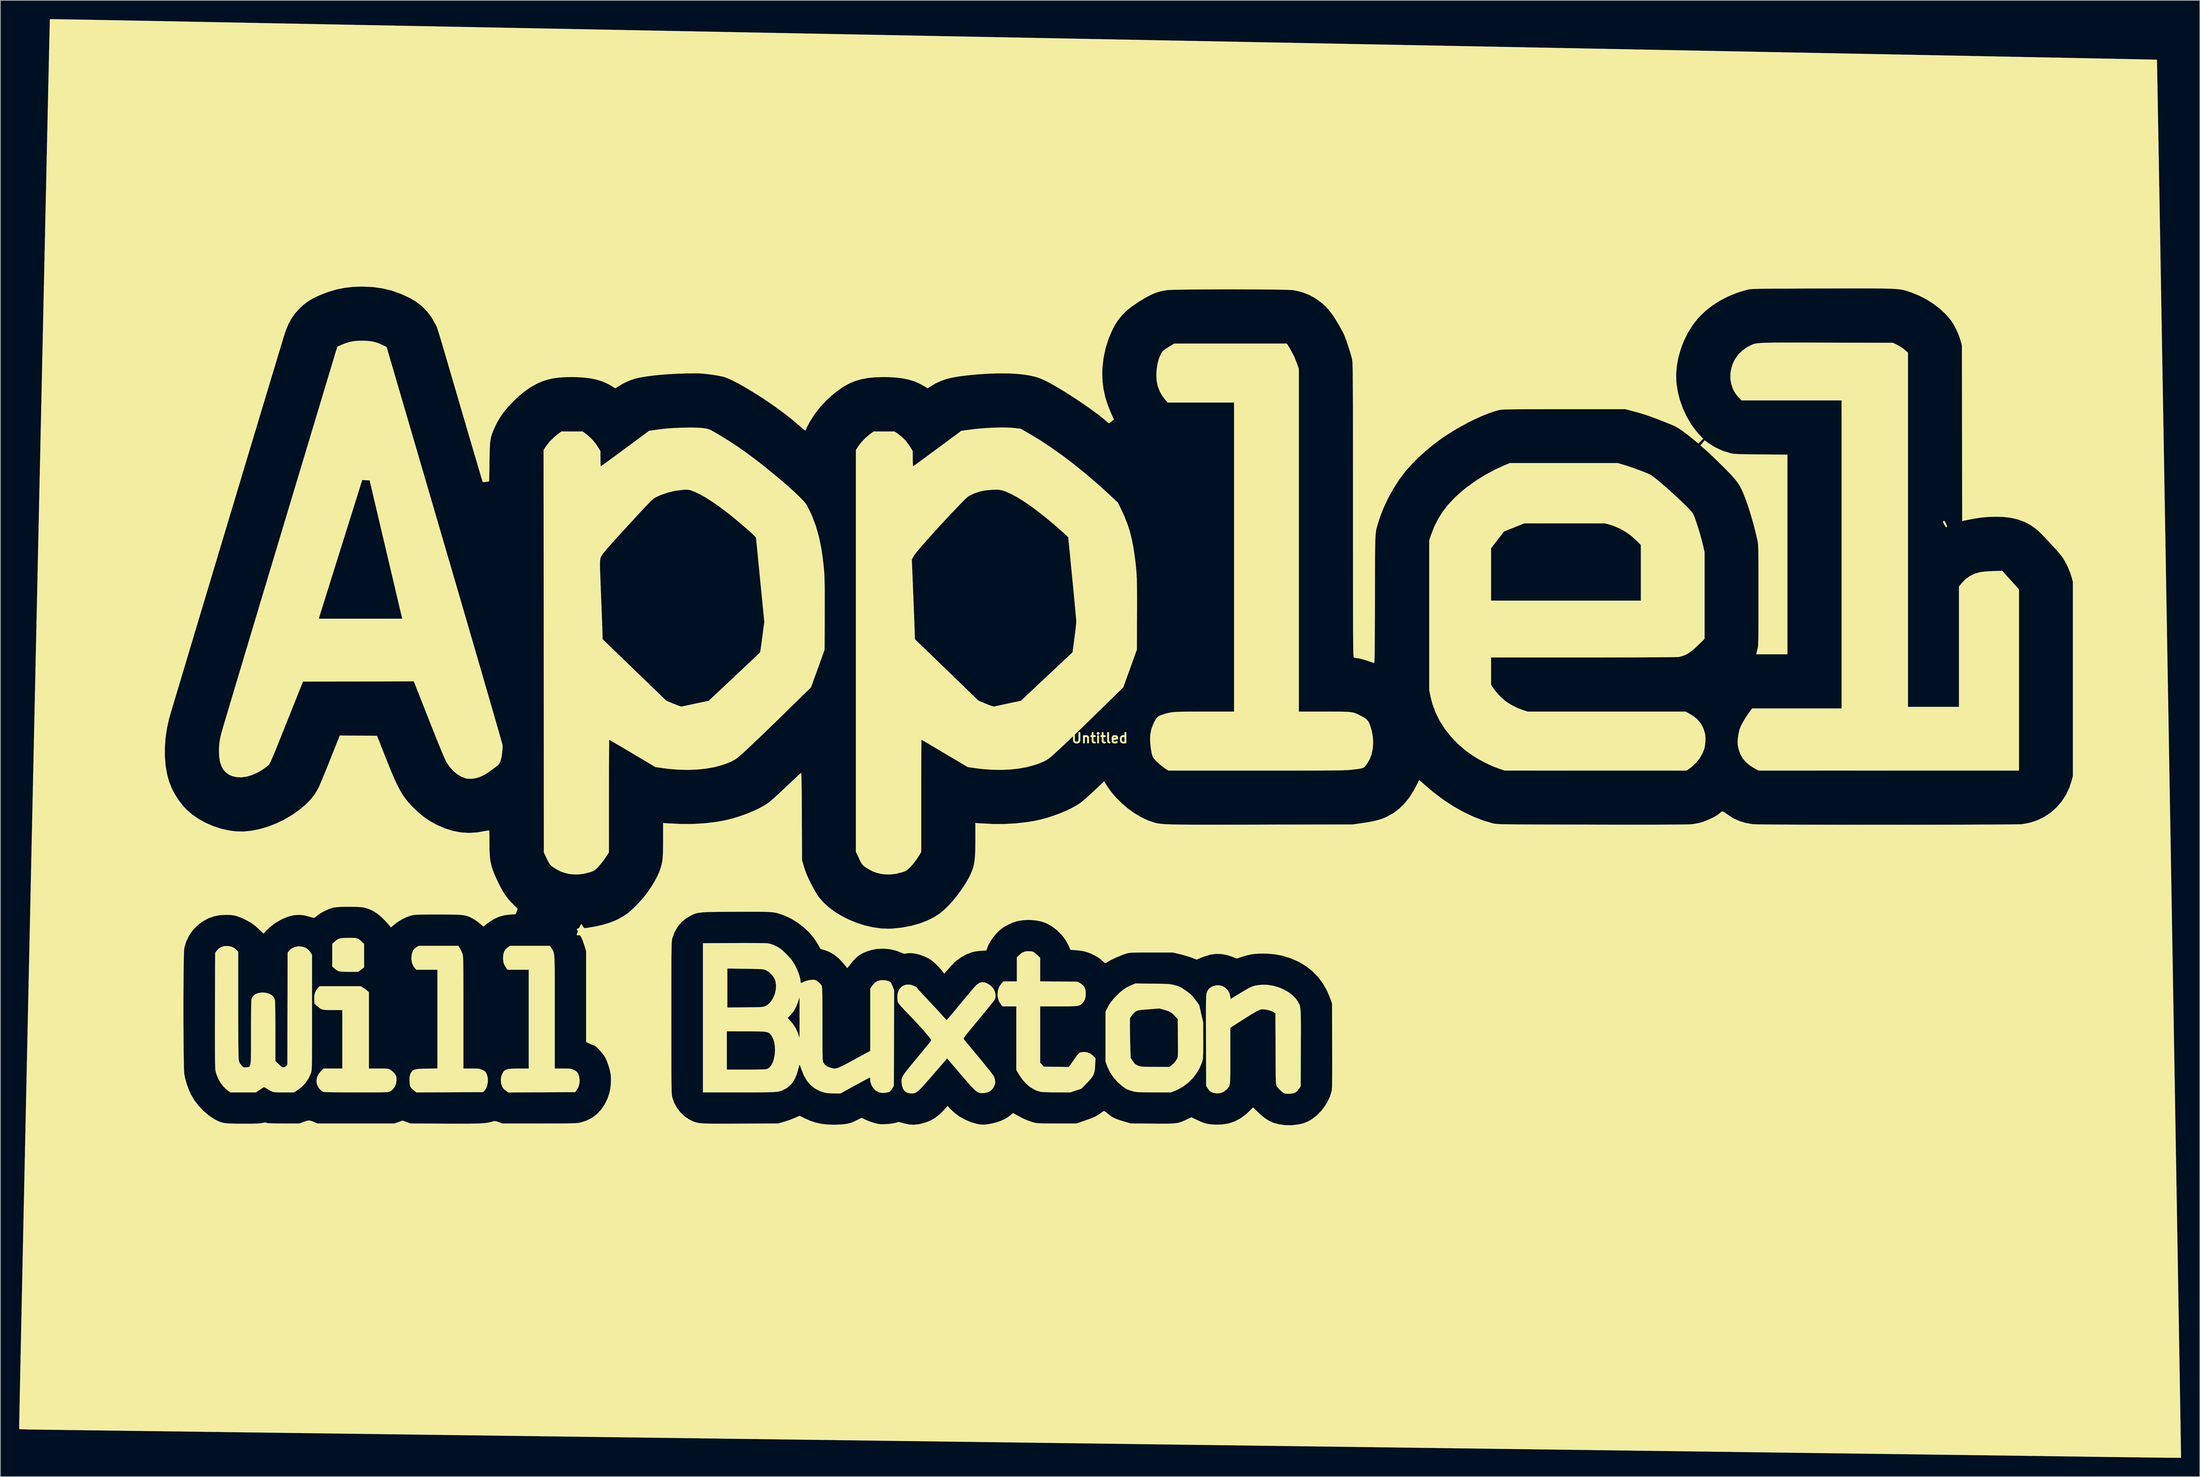
<source format=kicad_pcb>
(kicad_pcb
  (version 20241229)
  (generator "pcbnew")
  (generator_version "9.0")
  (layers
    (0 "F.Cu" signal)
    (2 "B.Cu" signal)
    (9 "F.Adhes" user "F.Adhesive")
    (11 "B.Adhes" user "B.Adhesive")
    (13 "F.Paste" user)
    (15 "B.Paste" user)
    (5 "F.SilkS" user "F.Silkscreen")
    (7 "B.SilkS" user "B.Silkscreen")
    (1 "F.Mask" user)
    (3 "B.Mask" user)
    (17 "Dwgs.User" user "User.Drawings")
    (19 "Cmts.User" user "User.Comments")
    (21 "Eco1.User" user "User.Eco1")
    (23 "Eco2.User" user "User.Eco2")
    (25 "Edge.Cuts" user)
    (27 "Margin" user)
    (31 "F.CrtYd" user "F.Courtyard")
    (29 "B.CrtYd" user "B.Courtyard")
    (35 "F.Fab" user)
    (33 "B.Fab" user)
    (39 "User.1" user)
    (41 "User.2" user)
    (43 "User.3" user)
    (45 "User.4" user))
  (footprint "Untitled"
    (layer "F.Cu")
    (at 172.258 114.633)
    (property "Reference" "Untitled" (at 0 0 0) (layer "F.SilkS") (effects (font (size 1.524 1.524) (thickness 0.3))))
    (attr through_hole)
    (fp_poly (pts (xy 134.713 -34.575) (xy 134.827 -34.388) (xy 134.903 -34.237) (xy 135.042 -33.911) (xy 135.077 -33.708) (xy 135.008 -33.619) (xy 134.96 -33.613) (xy 134.885 -33.681) (xy 134.761 -33.861) (xy 134.634 -34.079) (xy 134.5 -34.337) (xy 134.443 -34.488) (xy 134.456 -34.571) (xy 134.528 -34.625) (xy 134.622 -34.645) (xy 134.713 -34.575)) (stroke (width 0.01) (type solid)) (fill yes) (layer "F.SilkS"))
    (fp_poly (pts (xy -119.177 31.836) (xy -118.791 31.847) (xy -118.505 31.879) (xy -118.284 31.94) (xy -118.094 32.043) (xy -117.901 32.197) (xy -117.671 32.412) (xy -117.623 32.457) (xy -117.263 32.801) (xy -117.263 36.548) (xy -117.74 36.9) (xy -118.216 37.253) (xy -119.666 37.25) (xy -120.291 37.243) (xy -120.765 37.225) (xy -121.104 37.195) (xy -121.324 37.152) (xy -121.382 37.131) (xy -121.601 37.005) (xy -121.862 36.814) (xy -121.996 36.701) (xy -122.343 36.387) (xy -122.343 32.786) (xy -122.008 32.483) (xy -121.738 32.251) (xy -121.493 32.082) (xy -121.24 31.965) (xy -120.944 31.892) (xy -120.57 31.852) (xy -120.084 31.837) (xy -119.699 31.835) (xy -119.177 31.836)) (stroke (width 0.01) (type solid)) (fill yes) (layer "F.SilkS"))
    (fp_poly (pts (xy -87.404 33.465) (xy -87.32 33.593) (xy -87.246 33.706) (xy -87.18 33.813) (xy -87.122 33.925) (xy -87.072 34.052) (xy -87.029 34.203) (xy -86.992 34.389) (xy -86.962 34.62) (xy -86.936 34.905) (xy -86.916 35.255) (xy -86.9 35.68) (xy -86.888 36.19) (xy -86.879 36.794) (xy -86.874 37.503) (xy -86.87 38.326) (xy -86.868 39.275) (xy -86.868 40.358) (xy -86.868 41.586) (xy -86.868 42.969) (xy -86.868 43.647) (xy -86.868 52.663) (xy -85.577 52.663) (xy -85.07 52.666) (xy -84.698 52.675) (xy -84.426 52.695) (xy -84.221 52.73) (xy -84.046 52.784) (xy -83.868 52.86) (xy -83.862 52.863) (xy -83.518 53.049) (xy -83.289 53.251) (xy -83.126 53.523) (xy -83.012 53.831) (xy -82.897 54.447) (xy -82.935 55.072) (xy -83.12 55.667) (xy -83.431 56.176) (xy -83.635 56.43) (xy -88.965 56.456) (xy -94.295 56.481) (xy -94.659 56.202) (xy -95.001 55.907) (xy -95.223 55.622) (xy -95.361 55.292) (xy -95.422 55.033) (xy -95.472 54.395) (xy -95.363 53.804) (xy -95.181 53.386) (xy -95.044 53.166) (xy -94.887 52.995) (xy -94.687 52.868) (xy -94.423 52.778) (xy -94.07 52.719) (xy -93.608 52.685) (xy -93.013 52.669) (xy -92.562 52.666) (xy -91.017 52.663) (xy -91.017 36.915) (xy -94.395 36.915) (xy -94.608 36.635) (xy -94.886 36.196) (xy -95.047 35.738) (xy -95.11 35.202) (xy -95.113 35.052) (xy -95.069 34.465) (xy -94.928 33.998) (xy -94.677 33.626) (xy -94.376 33.369) (xy -93.992 33.105) (xy -87.632 33.105) (xy -87.404 33.465)) (stroke (width 0.01) (type solid)) (fill yes) (layer "F.SilkS"))
    (fp_poly (pts (xy -117.386 39.802) (xy -117.105 39.991) (xy -116.847 40.186) (xy -116.734 40.283) (xy -116.501 40.502) (xy -116.501 52.663) (xy -114.964 52.663) (xy -114.416 52.664) (xy -114.009 52.668) (xy -113.714 52.681) (xy -113.502 52.703) (xy -113.345 52.739) (xy -113.214 52.792) (xy -113.08 52.865) (xy -113.061 52.877) (xy -112.793 53.074) (xy -112.519 53.338) (xy -112.397 53.482) (xy -112.236 53.708) (xy -112.146 53.898) (xy -112.107 54.12) (xy -112.099 54.44) (xy -112.099 54.456) (xy -112.165 55.066) (xy -112.368 55.58) (xy -112.715 56.014) (xy -113.133 56.33) (xy -113.192 56.36) (xy -113.275 56.385) (xy -113.396 56.406) (xy -113.567 56.424) (xy -113.8 56.438) (xy -114.11 56.449) (xy -114.509 56.457) (xy -115.01 56.463) (xy -115.626 56.467) (xy -116.369 56.469) (xy -117.254 56.47) (xy -118.293 56.47) (xy -118.509 56.47) (xy -119.714 56.468) (xy -120.754 56.464) (xy -121.635 56.457) (xy -122.36 56.448) (xy -122.935 56.436) (xy -123.364 56.421) (xy -123.652 56.403) (xy -123.804 56.382) (xy -123.825 56.374) (xy -124.213 56.084) (xy -124.538 55.696) (xy -124.752 55.27) (xy -124.767 55.221) (xy -124.856 54.654) (xy -124.782 54.111) (xy -124.543 53.585) (xy -124.157 53.088) (xy -123.759 52.663) (xy -120.735 52.663) (xy -120.735 43.349) (xy -122.28 43.346) (xy -122.867 43.343) (xy -123.316 43.332) (xy -123.658 43.304) (xy -123.922 43.252) (xy -124.14 43.166) (xy -124.343 43.04) (xy -124.561 42.865) (xy -124.764 42.686) (xy -125.177 42.319) (xy -125.209 41.686) (xy -125.2 41.076) (xy -125.097 40.578) (xy -124.891 40.159) (xy -124.687 39.9) (xy -124.354 39.539) (xy -117.804 39.539) (xy -117.386 39.802)) (stroke (width 0.01) (type solid)) (fill yes) (layer "F.SilkS"))
    (fp_poly (pts (xy -101.997 33.497) (xy -101.819 33.825) (xy -101.649 34.19) (xy -101.596 34.322) (xy -101.569 34.396) (xy -101.546 34.477) (xy -101.525 34.575) (xy -101.507 34.702) (xy -101.492 34.865) (xy -101.479 35.077) (xy -101.467 35.345) (xy -101.458 35.681) (xy -101.451 36.094) (xy -101.445 36.595) (xy -101.44 37.193) (xy -101.436 37.899) (xy -101.434 38.721) (xy -101.432 39.671) (xy -101.431 40.759) (xy -101.431 41.993) (xy -101.431 43.385) (xy -101.431 43.709) (xy -101.431 52.663) (xy -100.155 52.663) (xy -99.655 52.665) (xy -99.289 52.673) (xy -99.022 52.693) (xy -98.818 52.728) (xy -98.643 52.783) (xy -98.46 52.862) (xy -98.428 52.876) (xy -98.135 53.024) (xy -97.95 53.155) (xy -97.824 53.322) (xy -97.709 53.575) (xy -97.672 53.669) (xy -97.549 54.162) (xy -97.527 54.699) (xy -97.6 55.235) (xy -97.759 55.724) (xy -97.996 56.12) (xy -98.1 56.232) (xy -98.312 56.43) (xy -103.618 56.452) (xy -108.924 56.473) (xy -109.279 56.198) (xy -109.6 55.933) (xy -109.811 55.702) (xy -109.937 55.457) (xy -109.999 55.149) (xy -110.019 54.73) (xy -110.02 54.618) (xy -110.016 54.21) (xy -109.993 53.918) (xy -109.943 53.692) (xy -109.857 53.48) (xy -109.821 53.407) (xy -109.7 53.197) (xy -109.566 53.033) (xy -109.394 52.91) (xy -109.164 52.82) (xy -108.853 52.759) (xy -108.438 52.719) (xy -107.897 52.695) (xy -107.251 52.68) (xy -105.579 52.65) (xy -105.579 36.915) (xy -108.934 36.915) (xy -109.157 36.682) (xy -109.464 36.243) (xy -109.658 35.712) (xy -109.73 35.126) (xy -109.677 34.521) (xy -109.555 34.088) (xy -109.414 33.778) (xy -109.239 33.56) (xy -108.976 33.365) (xy -108.57 33.105) (xy -102.234 33.105) (xy -101.997 33.497)) (stroke (width 0.01) (type solid)) (fill yes) (layer "F.SilkS"))
    (fp_poly (pts (xy 97.098 -47.015) (xy 98.149 -46.356) (xy 99.279 -45.836) (xy 100.506 -45.446) (xy 100.658 -45.408) (xy 100.816 -45.376) (xy 101.012 -45.349) (xy 101.263 -45.326) (xy 101.582 -45.306) (xy 101.985 -45.289) (xy 102.488 -45.275) (xy 103.104 -45.263) (xy 103.849 -45.252) (xy 104.738 -45.243) (xy 105.431 -45.236) (xy 109.643 -45.199) (xy 109.643 -13.377) (xy 104.666 -13.377) (xy 104.848 -14.118) (xy 104.878 -14.246) (xy 104.905 -14.371) (xy 104.929 -14.505) (xy 104.949 -14.659) (xy 104.966 -14.844) (xy 104.981 -15.07) (xy 104.993 -15.35) (xy 105.003 -15.693) (xy 105.011 -16.112) (xy 105.017 -16.616) (xy 105.022 -17.218) (xy 105.025 -17.928) (xy 105.027 -18.756) (xy 105.028 -19.716) (xy 105.029 -20.816) (xy 105.029 -22.068) (xy 105.029 -22.818) (xy 105.029 -24.166) (xy 105.028 -25.356) (xy 105.027 -26.399) (xy 105.025 -27.305) (xy 105.021 -28.086) (xy 105.017 -28.753) (xy 105.011 -29.317) (xy 105.003 -29.788) (xy 104.994 -30.178) (xy 104.983 -30.498) (xy 104.969 -30.759) (xy 104.953 -30.972) (xy 104.934 -31.147) (xy 104.912 -31.296) (xy 104.888 -31.43) (xy 104.874 -31.496) (xy 104.605 -32.668) (xy 104.299 -33.868) (xy 103.965 -35.065) (xy 103.614 -36.226) (xy 103.256 -37.318) (xy 102.9 -38.307) (xy 102.557 -39.163) (xy 102.55 -39.178) (xy 102.339 -39.645) (xy 102.12 -40.071) (xy 101.878 -40.476) (xy 101.599 -40.88) (xy 101.265 -41.303) (xy 100.863 -41.766) (xy 100.375 -42.288) (xy 99.787 -42.889) (xy 99.327 -43.349) (xy 98.813 -43.857) (xy 98.294 -44.362) (xy 97.795 -44.843) (xy 97.34 -45.276) (xy 96.951 -45.64) (xy 96.651 -45.912) (xy 96.589 -45.966) (xy 95.77 -46.677) (xy 96.109 -47.079) (xy 96.448 -47.482) (xy 97.098 -47.015)) (stroke (width 0.01) (type solid)) (fill yes) (layer "F.SilkS"))
    (fp_poly (pts (xy 111.282 -63.067) (xy 112.54 -63.064) (xy 113.947 -63.061) (xy 115.512 -63.057) (xy 115.838 -63.057) (xy 126.463 -63.034) (xy 127.176 -62.68) (xy 127.569 -62.461) (xy 127.973 -62.2) (xy 128.312 -61.945) (xy 128.376 -61.89) (xy 128.863 -61.454) (xy 128.863 -4.995) (xy 136.991 -4.995) (xy 136.991 -24.172) (xy 137.371 -24.657) (xy 137.995 -25.317) (xy 138.723 -25.846) (xy 139.547 -26.238) (xy 140.293 -26.456) (xy 140.642 -26.513) (xy 141.12 -26.564) (xy 141.689 -26.607) (xy 142.308 -26.636) (xy 142.409 -26.64) (xy 143.891 -26.686) (xy 146.558 -23.718) (xy 146.558 5.165) (xy 105.029 5.161) (xy 104.495 4.873) (xy 103.68 4.369) (xy 103.019 3.815) (xy 102.5 3.194) (xy 102.114 2.494) (xy 101.847 1.701) (xy 101.793 1.463) (xy 101.729 1.108) (xy 101.701 0.795) (xy 101.706 0.459) (xy 101.743 0.034) (xy 101.753 -0.057) (xy 101.814 -0.496) (xy 101.897 -0.943) (xy 101.989 -1.324) (xy 102.028 -1.454) (xy 102.215 -1.91) (xy 102.495 -2.459) (xy 102.849 -3.067) (xy 103.256 -3.698) (xy 103.526 -4.085) (xy 103.998 -4.741) (xy 118.279 -4.741) (xy 118.279 -53.848) (xy 102.313 -53.848) (xy 101.919 -54.25) (xy 101.366 -54.929) (xy 100.956 -55.673) (xy 100.687 -56.463) (xy 100.554 -57.283) (xy 100.556 -58.114) (xy 100.687 -58.937) (xy 100.945 -59.735) (xy 101.326 -60.489) (xy 101.828 -61.181) (xy 102.445 -61.793) (xy 103.175 -62.307) (xy 103.478 -62.47) (xy 103.649 -62.558) (xy 103.801 -62.637) (xy 103.944 -62.707) (xy 104.087 -62.769) (xy 104.239 -62.825) (xy 104.409 -62.873) (xy 104.607 -62.914) (xy 104.842 -62.95) (xy 105.124 -62.98) (xy 105.461 -63.004) (xy 105.863 -63.024) (xy 106.34 -63.04) (xy 106.9 -63.051) (xy 107.553 -63.059) (xy 108.309 -63.065) (xy 109.176 -63.067) (xy 110.164 -63.068) (xy 111.282 -63.067)) (stroke (width 0.01) (type solid)) (fill yes) (layer "F.SilkS"))
    (fp_poly (pts (xy -10.922 33.99) (xy -10.799 34.009) (xy -10.568 34.079) (xy -10.328 34.227) (xy -10.035 34.482) (xy -9.973 34.541) (xy -9.483 35.018) (xy -9.483 38.769) (xy -6.498 38.794) (xy -3.514 38.82) (xy -3.114 39.054) (xy -2.702 39.346) (xy -2.432 39.669) (xy -2.279 40.066) (xy -2.221 40.496) (xy -2.226 41.103) (xy -2.329 41.595) (xy -2.539 41.999) (xy -2.641 42.128) (xy -2.783 42.286) (xy -2.915 42.415) (xy -3.055 42.518) (xy -3.221 42.598) (xy -3.432 42.658) (xy -3.706 42.7) (xy -4.06 42.729) (xy -4.514 42.745) (xy -5.086 42.754) (xy -5.793 42.756) (xy -6.516 42.757) (xy -9.483 42.757) (xy -9.483 51.734) (xy -8.903 52.366) (xy -4.926 52.417) (xy -4.685 52.104) (xy -4.536 51.899) (xy -4.326 51.599) (xy -4.088 51.251) (xy -3.933 51.02) (xy -3.681 50.662) (xy -3.447 50.374) (xy -3.259 50.185) (xy -3.188 50.137) (xy -2.972 50.075) (xy -2.669 50.035) (xy -2.456 50.027) (xy -1.955 50.084) (xy -1.517 50.265) (xy -1.099 50.588) (xy -0.987 50.699) (xy -0.661 51.036) (xy -0.721 52.167) (xy -0.757 52.694) (xy -0.813 53.117) (xy -0.905 53.473) (xy -1.051 53.795) (xy -1.268 54.12) (xy -1.572 54.484) (xy -1.979 54.921) (xy -2.059 55.005) (xy -2.89 55.87) (xy -4.699 56.473) (xy -6.9 56.465) (xy -7.776 56.458) (xy -8.485 56.44) (xy -9.028 56.413) (xy -9.403 56.377) (xy -9.544 56.351) (xy -10.309 56.081) (xy -11.04 55.654) (xy -11.726 55.082) (xy -12.35 54.376) (xy -12.848 53.637) (xy -13.293 52.886) (xy -13.293 42.757) (xy -15.479 42.757) (xy -15.712 42.481) (xy -16.049 41.964) (xy -16.235 41.381) (xy -16.279 40.906) (xy -16.219 40.229) (xy -16.021 39.638) (xy -15.69 39.145) (xy -15.673 39.126) (xy -15.351 38.777) (xy -13.208 38.777) (xy -13.208 34.959) (xy -12.796 34.547) (xy -12.401 34.222) (xy -11.98 34.027) (xy -11.499 33.952) (xy -10.922 33.99)) (stroke (width 0.01) (type solid)) (fill yes) (layer "F.SilkS"))
    (fp_poly (pts (xy 30.44 -61.917) (xy 30.98 -60.9) (xy 31.39 -59.909) (xy 31.75 -58.892) (xy 31.75 -4.233) (xy 35.841 -4.233) (xy 36.822 -4.233) (xy 37.651 -4.232) (xy 38.344 -4.227) (xy 38.919 -4.218) (xy 39.391 -4.201) (xy 39.779 -4.177) (xy 40.098 -4.142) (xy 40.367 -4.095) (xy 40.6 -4.034) (xy 40.817 -3.958) (xy 41.032 -3.864) (xy 41.264 -3.752) (xy 41.486 -3.639) (xy 41.976 -3.382) (xy 42.338 -3.162) (xy 42.602 -2.951) (xy 42.797 -2.721) (xy 42.953 -2.445) (xy 43.08 -2.142) (xy 43.375 -1.2) (xy 43.548 -0.236) (xy 43.602 0.726) (xy 43.537 1.66) (xy 43.356 2.538) (xy 43.059 3.336) (xy 42.765 3.859) (xy 42.554 4.179) (xy 42.383 4.418) (xy 42.223 4.59) (xy 42.044 4.71) (xy 41.816 4.795) (xy 41.51 4.859) (xy 41.095 4.918) (xy 40.555 4.984) (xy 40.362 5.007) (xy 40.177 5.029) (xy 39.99 5.048) (xy 39.793 5.065) (xy 39.579 5.081) (xy 39.338 5.095) (xy 39.062 5.107) (xy 38.743 5.118) (xy 38.373 5.127) (xy 37.942 5.135) (xy 37.443 5.142) (xy 36.868 5.148) (xy 36.207 5.153) (xy 35.452 5.157) (xy 34.596 5.159) (xy 33.629 5.162) (xy 32.543 5.163) (xy 31.33 5.164) (xy 29.981 5.165) (xy 28.489 5.165) (xy 26.844 5.165) (xy 25.038 5.165) (xy 25.011 5.165) (xy 10.948 5.165) (xy 10.408 4.815) (xy 10.075 4.576) (xy 9.693 4.264) (xy 9.302 3.917) (xy 8.943 3.571) (xy 8.658 3.264) (xy 8.538 3.113) (xy 8.436 2.894) (xy 8.333 2.541) (xy 8.238 2.091) (xy 8.154 1.579) (xy 8.089 1.041) (xy 8.049 0.514) (xy 8.038 0.127) (xy 8.088 -0.693) (xy 8.247 -1.456) (xy 8.53 -2.219) (xy 8.741 -2.654) (xy 8.958 -3.039) (xy 9.166 -3.311) (xy 9.411 -3.507) (xy 9.735 -3.662) (xy 10.164 -3.805) (xy 10.46 -3.894) (xy 10.727 -3.97) (xy 10.983 -4.033) (xy 11.244 -4.085) (xy 11.525 -4.128) (xy 11.843 -4.161) (xy 12.214 -4.186) (xy 12.654 -4.205) (xy 13.18 -4.218) (xy 13.806 -4.226) (xy 14.551 -4.231) (xy 15.429 -4.233) (xy 16.457 -4.233) (xy 16.685 -4.233) (xy 21.421 -4.233) (xy 21.421 -53.509) (xy 10.854 -53.509) (xy 10.439 -53.964) (xy 9.987 -54.554) (xy 9.598 -55.254) (xy 9.3 -56.006) (xy 9.222 -56.278) (xy 9.08 -57.068) (xy 9.037 -57.932) (xy 9.087 -58.825) (xy 9.226 -59.702) (xy 9.448 -60.516) (xy 9.749 -61.224) (xy 9.753 -61.231) (xy 9.881 -61.458) (xy 10.007 -61.637) (xy 10.163 -61.796) (xy 10.382 -61.965) (xy 10.695 -62.173) (xy 10.947 -62.333) (xy 11.861 -62.907) (xy 29.849 -62.907) (xy 30.44 -61.917)) (stroke (width 0.01) (type solid)) (fill yes) (layer "F.SilkS"))
    (fp_poly (pts (xy 26.752 39.323) (xy 27.641 39.463) (xy 28.512 39.71) (xy 29.339 40.054) (xy 30.098 40.485) (xy 30.762 40.992) (xy 31.308 41.567) (xy 31.601 41.996) (xy 31.692 42.153) (xy 31.77 42.298) (xy 31.838 42.444) (xy 31.895 42.604) (xy 31.943 42.789) (xy 31.982 43.013) (xy 32.013 43.288) (xy 32.037 43.626) (xy 32.055 44.04) (xy 32.067 44.542) (xy 32.074 45.145) (xy 32.078 45.862) (xy 32.078 46.704) (xy 32.075 47.685) (xy 32.071 48.817) (xy 32.069 49.409) (xy 32.046 55.499) (xy 31.817 55.852) (xy 31.515 56.245) (xy 31.191 56.497) (xy 30.799 56.636) (xy 30.379 56.686) (xy 30.04 56.694) (xy 29.742 56.684) (xy 29.547 56.659) (xy 29.544 56.658) (xy 29.312 56.546) (xy 29.024 56.337) (xy 28.724 56.071) (xy 28.456 55.789) (xy 28.266 55.53) (xy 28.249 55.499) (xy 28.213 55.43) (xy 28.182 55.355) (xy 28.156 55.264) (xy 28.133 55.143) (xy 28.115 54.98) (xy 28.1 54.762) (xy 28.087 54.476) (xy 28.077 54.109) (xy 28.069 53.649) (xy 28.063 53.084) (xy 28.057 52.399) (xy 28.052 51.584) (xy 28.048 50.624) (xy 28.043 49.518) (xy 28.019 43.876) (xy 27.672 43.646) (xy 27.393 43.509) (xy 27.016 43.386) (xy 26.599 43.288) (xy 26.197 43.228) (xy 25.867 43.219) (xy 25.752 43.235) (xy 25.538 43.304) (xy 25.264 43.425) (xy 24.916 43.606) (xy 24.481 43.854) (xy 23.945 44.178) (xy 23.295 44.584) (xy 22.687 44.971) (xy 20.828 46.165) (xy 20.828 50.707) (xy 20.829 51.712) (xy 20.829 52.562) (xy 20.828 53.272) (xy 20.823 53.856) (xy 20.813 54.33) (xy 20.795 54.708) (xy 20.77 55.004) (xy 20.734 55.234) (xy 20.685 55.411) (xy 20.624 55.551) (xy 20.546 55.669) (xy 20.451 55.778) (xy 20.338 55.893) (xy 20.207 56.027) (xy 19.762 56.38) (xy 19.248 56.579) (xy 18.661 56.627) (xy 18.531 56.618) (xy 18.047 56.528) (xy 17.673 56.341) (xy 17.367 56.03) (xy 17.236 55.837) (xy 16.976 55.414) (xy 16.952 48.218) (xy 16.949 46.933) (xy 16.946 45.807) (xy 16.944 44.828) (xy 16.944 43.985) (xy 16.946 43.267) (xy 16.95 42.663) (xy 16.955 42.162) (xy 16.963 41.753) (xy 16.973 41.425) (xy 16.985 41.166) (xy 17 40.966) (xy 17.018 40.813) (xy 17.039 40.697) (xy 17.063 40.606) (xy 17.066 40.598) (xy 17.238 40.192) (xy 17.479 39.893) (xy 17.83 39.652) (xy 17.992 39.571) (xy 18.526 39.404) (xy 19.058 39.391) (xy 19.563 39.518) (xy 20.016 39.771) (xy 20.393 40.136) (xy 20.667 40.599) (xy 20.815 41.146) (xy 20.816 41.154) (xy 20.87 41.577) (xy 22.225 40.757) (xy 22.819 40.399) (xy 23.293 40.118) (xy 23.671 39.904) (xy 23.977 39.744) (xy 24.234 39.626) (xy 24.466 39.54) (xy 24.697 39.474) (xy 24.952 39.417) (xy 25.019 39.403) (xy 25.869 39.3) (xy 26.752 39.323)) (stroke (width 0.01) (type solid)) (fill yes) (layer "F.SilkS"))
    (fp_poly (pts (xy 83.702 -43.532) (xy 84.21 -43.372) (xy 84.821 -43.164) (xy 85.489 -42.926) (xy 86.167 -42.676) (xy 86.809 -42.43) (xy 87.367 -42.205) (xy 87.672 -42.074) (xy 87.892 -41.946) (xy 88.217 -41.714) (xy 88.632 -41.392) (xy 89.121 -40.994) (xy 89.669 -40.533) (xy 90.258 -40.024) (xy 90.874 -39.48) (xy 91.501 -38.915) (xy 92.122 -38.342) (xy 92.721 -37.777) (xy 93.284 -37.232) (xy 93.618 -36.899) (xy 93.975 -36.537) (xy 94.236 -36.262) (xy 94.425 -36.04) (xy 94.564 -35.837) (xy 94.678 -35.619) (xy 94.789 -35.352) (xy 94.906 -35.047) (xy 95.122 -34.436) (xy 95.359 -33.709) (xy 95.601 -32.915) (xy 95.834 -32.105) (xy 96.042 -31.327) (xy 96.212 -30.631) (xy 96.224 -30.58) (xy 96.435 -29.643) (xy 96.435 -15.844) (xy 95.62 -15.032) (xy 94.984 -14.424) (xy 94.42 -13.941) (xy 93.903 -13.569) (xy 93.411 -13.292) (xy 92.919 -13.097) (xy 92.404 -12.968) (xy 92.287 -12.947) (xy 92.15 -12.938) (xy 91.851 -12.93) (xy 91.399 -12.922) (xy 90.802 -12.914) (xy 90.066 -12.907) (xy 89.201 -12.901) (xy 88.215 -12.895) (xy 87.114 -12.889) (xy 85.907 -12.884) (xy 84.602 -12.88) (xy 83.207 -12.876) (xy 81.73 -12.873) (xy 80.178 -12.871) (xy 78.56 -12.87) (xy 77.11 -12.87) (xy 62.399 -12.869) (xy 62.399 -8.507) (xy 62.794 -7.915) (xy 63.165 -7.423) (xy 63.629 -6.898) (xy 64.141 -6.389) (xy 64.652 -5.945) (xy 65.001 -5.685) (xy 65.789 -5.212) (xy 66.651 -4.793) (xy 67.503 -4.469) (xy 67.547 -4.454) (xy 68.25 -4.233) (xy 93.393 -4.233) (xy 93.835 -4.012) (xy 94.66 -3.52) (xy 95.337 -2.949) (xy 95.869 -2.296) (xy 96.256 -1.555) (xy 96.503 -0.726) (xy 96.535 -0.55) (xy 96.581 -0.024) (xy 96.566 0.582) (xy 96.497 1.19) (xy 96.384 1.702) (xy 96.075 2.483) (xy 95.622 3.244) (xy 95.049 3.954) (xy 94.382 4.578) (xy 94.107 4.787) (xy 93.577 5.165) (xy 64.558 5.162) (xy 63.669 4.864) (xy 62.595 4.452) (xy 61.475 3.931) (xy 60.361 3.326) (xy 59.305 2.667) (xy 58.382 2) (xy 57.125 0.92) (xy 56.009 -0.236) (xy 55.037 -1.463) (xy 54.215 -2.753) (xy 53.546 -4.102) (xy 53.034 -5.501) (xy 52.729 -6.709) (xy 52.536 -7.662) (xy 52.536 -30.28) (xy 62.399 -30.28) (xy 62.399 -21.929) (xy 86.275 -21.929) (xy 86.275 -30.81) (xy 85.697 -31.397) (xy 84.819 -32.191) (xy 83.863 -32.881) (xy 82.858 -33.45) (xy 81.835 -33.877) (xy 81.37 -34.021) (xy 80.56 -34.242) (xy 67.691 -34.245) (xy 66.082 -33.603) (xy 64.474 -32.961) (xy 63.437 -31.62) (xy 62.399 -30.28) (xy 52.536 -30.28) (xy 52.536 -31.538) (xy 52.821 -32.385) (xy 53.334 -33.707) (xy 53.953 -34.945) (xy 54.692 -36.114) (xy 55.561 -37.23) (xy 56.571 -38.308) (xy 57.735 -39.365) (xy 58.282 -39.814) (xy 59.816 -40.942) (xy 61.464 -41.977) (xy 63.184 -42.893) (xy 64.557 -43.514) (xy 65.382 -43.857) (xy 82.611 -43.857) (xy 83.702 -43.532)) (stroke (width 0.01) (type solid)) (fill yes) (layer "F.SilkS"))
    (fp_poly (pts (xy 8.451 39.138) (xy 9.213 39.147) (xy 9.828 39.157) (xy 10.319 39.168) (xy 10.708 39.182) (xy 11.017 39.201) (xy 11.269 39.227) (xy 11.487 39.261) (xy 11.692 39.305) (xy 11.908 39.36) (xy 12.038 39.395) (xy 12.402 39.501) (xy 12.698 39.61) (xy 12.975 39.745) (xy 13.278 39.93) (xy 13.654 40.188) (xy 13.78 40.278) (xy 14.198 40.584) (xy 14.514 40.842) (xy 14.774 41.096) (xy 15.021 41.386) (xy 15.284 41.735) (xy 15.864 42.533) (xy 16.186 43.936) (xy 16.507 45.339) (xy 16.509 48.188) (xy 16.509 48.966) (xy 16.506 49.595) (xy 16.501 50.096) (xy 16.492 50.49) (xy 16.477 50.797) (xy 16.457 51.037) (xy 16.429 51.232) (xy 16.392 51.401) (xy 16.346 51.566) (xy 16.331 51.617) (xy 15.958 52.55) (xy 15.438 53.437) (xy 14.792 54.258) (xy 14.041 54.989) (xy 13.205 55.609) (xy 12.305 56.096) (xy 12.008 56.219) (xy 11.351 56.473) (xy 8.618 56.467) (xy 7.857 56.464) (xy 7.243 56.46) (xy 6.755 56.453) (xy 6.371 56.442) (xy 6.069 56.426) (xy 5.827 56.402) (xy 5.623 56.371) (xy 5.434 56.33) (xy 5.241 56.279) (xy 5.207 56.269) (xy 4.786 56.144) (xy 4.472 56.029) (xy 4.204 55.895) (xy 3.923 55.714) (xy 3.683 55.54) (xy 2.891 54.863) (xy 2.202 54.085) (xy 1.636 53.235) (xy 1.216 52.34) (xy 1.194 52.28) (xy 0.931 51.553) (xy 0.931 44.638) (xy 4.826 44.638) (xy 4.826 46.089) (xy 4.829 46.672) (xy 4.838 47.36) (xy 4.852 48.09) (xy 4.869 48.798) (xy 4.882 49.253) (xy 4.937 50.965) (xy 5.284 51.487) (xy 5.487 51.774) (xy 5.664 51.96) (xy 5.872 52.091) (xy 6.138 52.203) (xy 6.301 52.262) (xy 6.459 52.308) (xy 6.636 52.342) (xy 6.855 52.366) (xy 7.141 52.383) (xy 7.517 52.393) (xy 8.007 52.399) (xy 8.635 52.402) (xy 8.859 52.403) (xy 11.072 52.409) (xy 11.474 52.133) (xy 11.823 51.827) (xy 12.14 51.425) (xy 12.182 51.358) (xy 12.258 51.238) (xy 12.321 51.14) (xy 12.372 51.045) (xy 12.412 50.939) (xy 12.443 50.805) (xy 12.464 50.627) (xy 12.478 50.387) (xy 12.485 50.07) (xy 12.487 49.66) (xy 12.485 49.139) (xy 12.48 48.492) (xy 12.472 47.703) (xy 12.467 47.132) (xy 12.446 44.776) (xy 11.959 44.266) (xy 11.687 43.989) (xy 11.455 43.789) (xy 11.22 43.639) (xy 10.937 43.515) (xy 10.561 43.39) (xy 10.274 43.304) (xy 9.525 43.086) (xy 7.789 43.225) (xy 7.2 43.273) (xy 6.754 43.313) (xy 6.425 43.351) (xy 6.186 43.391) (xy 6.012 43.437) (xy 5.877 43.493) (xy 5.754 43.566) (xy 5.715 43.592) (xy 5.468 43.8) (xy 5.216 44.076) (xy 5.101 44.229) (xy 4.826 44.638) (xy 0.931 44.638) (xy 0.931 43.599) (xy 1.197 43.072) (xy 1.485 42.54) (xy 1.791 42.076) (xy 2.153 41.622) (xy 2.577 41.161) (xy 3.175 40.575) (xy 3.732 40.113) (xy 4.282 39.748) (xy 4.861 39.455) (xy 4.937 39.422) (xy 5.684 39.106) (xy 8.451 39.138)) (stroke (width 0.01) (type solid)) (fill yes) (layer "F.SilkS"))
    (fp_poly (pts (xy -138.437 33.233) (xy -137.961 33.461) (xy -137.665 33.701) (xy -137.329 34.036) (xy -137.329 42.498) (xy -137.329 44.098) (xy -137.326 45.531) (xy -137.322 46.8) (xy -137.316 47.909) (xy -137.308 48.86) (xy -137.299 49.657) (xy -137.288 50.301) (xy -137.275 50.797) (xy -137.26 51.147) (xy -137.243 51.354) (xy -137.237 51.393) (xy -137.096 51.794) (xy -136.837 52.148) (xy -136.816 52.171) (xy -136.619 52.367) (xy -136.468 52.464) (xy -136.293 52.49) (xy -136.046 52.473) (xy -135.895 52.462) (xy -135.766 52.451) (xy -135.657 52.429) (xy -135.566 52.384) (xy -135.492 52.302) (xy -135.433 52.172) (xy -135.387 51.981) (xy -135.352 51.717) (xy -135.328 51.369) (xy -135.312 50.923) (xy -135.302 50.367) (xy -135.298 49.689) (xy -135.296 48.877) (xy -135.297 47.919) (xy -135.297 46.959) (xy -135.295 45.883) (xy -135.291 44.903) (xy -135.284 44.028) (xy -135.275 43.268) (xy -135.264 42.635) (xy -135.25 42.138) (xy -135.235 41.786) (xy -135.218 41.592) (xy -135.213 41.567) (xy -135.021 41.179) (xy -134.694 40.875) (xy -134.248 40.664) (xy -133.702 40.557) (xy -133.436 40.545) (xy -132.853 40.601) (xy -132.342 40.765) (xy -131.927 41.021) (xy -131.629 41.358) (xy -131.483 41.71) (xy -131.468 41.855) (xy -131.455 42.152) (xy -131.443 42.585) (xy -131.431 43.138) (xy -131.422 43.794) (xy -131.414 44.536) (xy -131.409 45.347) (xy -131.405 46.211) (xy -131.405 46.75) (xy -131.403 51.463) (xy -130.875 51.978) (xy -130.556 52.269) (xy -130.309 52.433) (xy -130.104 52.479) (xy -129.909 52.417) (xy -129.735 52.289) (xy -129.498 52.085) (xy -129.453 34.191) (xy -129.243 33.916) (xy -128.865 33.555) (xy -128.382 33.31) (xy -127.824 33.196) (xy -127.642 33.189) (xy -127.03 33.256) (xy -126.512 33.461) (xy -126.075 33.812) (xy -125.764 34.218) (xy -125.561 34.541) (xy -125.561 43.715) (xy -125.561 45.161) (xy -125.561 46.447) (xy -125.562 47.584) (xy -125.563 48.581) (xy -125.565 49.449) (xy -125.569 50.196) (xy -125.573 50.834) (xy -125.578 51.371) (xy -125.585 51.818) (xy -125.594 52.185) (xy -125.605 52.482) (xy -125.617 52.718) (xy -125.632 52.903) (xy -125.648 53.048) (xy -125.668 53.162) (xy -125.69 53.255) (xy -125.715 53.337) (xy -125.726 53.371) (xy -126.107 54.232) (xy -126.622 54.999) (xy -127.258 55.657) (xy -127.969 56.172) (xy -128.472 56.473) (xy -130.06 56.473) (xy -130.644 56.471) (xy -131.092 56.463) (xy -131.435 56.442) (xy -131.705 56.4) (xy -131.936 56.332) (xy -132.16 56.23) (xy -132.41 56.088) (xy -132.651 55.939) (xy -132.916 55.784) (xy -133.125 55.677) (xy -133.238 55.639) (xy -133.244 55.64) (xy -133.339 55.697) (xy -133.539 55.824) (xy -133.806 55.999) (xy -133.915 56.071) (xy -134.523 56.473) (xy -138.581 56.473) (xy -139.082 56.104) (xy -139.644 55.595) (xy -140.14 54.959) (xy -140.548 54.233) (xy -140.847 53.451) (xy -140.966 52.959) (xy -140.983 52.812) (xy -140.998 52.555) (xy -141.01 52.182) (xy -141.021 51.688) (xy -141.029 51.067) (xy -141.036 50.314) (xy -141.04 49.423) (xy -141.043 48.389) (xy -141.044 47.206) (xy -141.043 45.867) (xy -141.04 44.369) (xy -141.037 43.342) (xy -141.012 34.233) (xy -140.778 33.896) (xy -140.428 33.53) (xy -139.985 33.279) (xy -139.483 33.144) (xy -138.955 33.128) (xy -138.437 33.233)) (stroke (width 0.01) (type solid)) (fill yes) (layer "F.SilkS"))
    (fp_poly (pts (xy -116.779 -63.342) (xy -116.069 -63.263) (xy -115.426 -63.117) (xy -114.799 -62.896) (xy -114.302 -62.669) (xy -113.669 -62.357) (xy -104.464 -30.867) (xy -103.804 -28.61) (xy -103.156 -26.393) (xy -102.522 -24.22) (xy -101.903 -22.099) (xy -101.301 -20.034) (xy -100.718 -18.031) (xy -100.154 -16.096) (xy -99.612 -14.234) (xy -99.094 -12.452) (xy -98.601 -10.754) (xy -98.134 -9.146) (xy -97.695 -7.634) (xy -97.287 -6.223) (xy -96.91 -4.92) (xy -96.566 -3.73) (xy -96.257 -2.657) (xy -95.984 -1.709) (xy -95.749 -0.891) (xy -95.554 -0.208) (xy -95.401 0.335) (xy -95.29 0.73) (xy -95.224 0.974) (xy -95.204 1.057) (xy -95.188 1.433) (xy -95.212 1.915) (xy -95.269 2.446) (xy -95.351 2.969) (xy -95.453 3.428) (xy -95.512 3.625) (xy -95.634 3.914) (xy -95.774 4.155) (xy -95.866 4.26) (xy -96.236 4.553) (xy -96.657 4.871) (xy -97.091 5.187) (xy -97.5 5.474) (xy -97.845 5.704) (xy -98.049 5.829) (xy -98.765 6.167) (xy -99.491 6.387) (xy -100.194 6.483) (xy -100.842 6.45) (xy -101.05 6.407) (xy -101.752 6.145) (xy -102.437 5.732) (xy -103.082 5.187) (xy -103.665 4.528) (xy -104.098 3.886) (xy -104.215 3.665) (xy -104.374 3.328) (xy -104.578 2.869) (xy -104.827 2.283) (xy -105.125 1.566) (xy -105.474 0.711) (xy -105.875 -0.286) (xy -106.332 -1.43) (xy -106.845 -2.727) (xy -106.931 -2.946) (xy -109.341 -9.06) (xy -118.175 -9.039) (xy -127.009 -9.017) (xy -129.625 -2.462) (xy -130.108 -1.253) (xy -130.533 -0.193) (xy -130.904 0.728) (xy -131.225 1.519) (xy -131.5 2.189) (xy -131.732 2.747) (xy -131.926 3.203) (xy -132.086 3.566) (xy -132.215 3.845) (xy -132.317 4.049) (xy -132.397 4.188) (xy -132.457 4.271) (xy -132.478 4.29) (xy -133.354 4.948) (xy -134.237 5.475) (xy -135.115 5.868) (xy -135.975 6.124) (xy -136.804 6.24) (xy -137.591 6.212) (xy -138.322 6.038) (xy -138.7 5.876) (xy -139.247 5.515) (xy -139.685 5.037) (xy -140.018 4.439) (xy -140.246 3.716) (xy -140.371 2.862) (xy -140.4 2.117) (xy -140.389 1.522) (xy -140.356 0.998) (xy -140.292 0.487) (xy -140.189 -0.067) (xy -140.042 -0.723) (xy -140.032 -0.762) (xy -139.996 -0.895) (xy -139.912 -1.184) (xy -139.783 -1.624) (xy -139.61 -2.209) (xy -139.395 -2.933) (xy -139.14 -3.79) (xy -138.847 -4.774) (xy -138.517 -5.881) (xy -138.152 -7.103) (xy -137.754 -8.435) (xy -137.324 -9.872) (xy -136.864 -11.407) (xy -136.376 -13.035) (xy -135.862 -14.75) (xy -135.324 -16.547) (xy -134.762 -18.419) (xy -134.573 -19.05) (xy -124.48 -19.05) (xy -111.188 -19.05) (xy -111.392 -19.918) (xy -111.438 -20.11) (xy -111.519 -20.457) (xy -111.634 -20.946) (xy -111.781 -21.566) (xy -111.955 -22.307) (xy -112.155 -23.157) (xy -112.379 -24.106) (xy -112.623 -25.141) (xy -112.885 -26.253) (xy -113.162 -27.429) (xy -113.452 -28.66) (xy -113.752 -29.933) (xy -113.991 -30.946) (xy -116.385 -41.106) (xy -116.973 -41.13) (xy -117.561 -41.155) (xy -120.974 -30.279) (xy -121.387 -28.964) (xy -121.786 -27.692) (xy -122.168 -26.472) (xy -122.531 -25.314) (xy -122.872 -24.228) (xy -123.187 -23.223) (xy -123.473 -22.308) (xy -123.728 -21.493) (xy -123.948 -20.788) (xy -124.131 -20.202) (xy -124.274 -19.745) (xy -124.373 -19.425) (xy -124.426 -19.254) (xy -124.433 -19.227) (xy -124.48 -19.05) (xy -134.573 -19.05) (xy -134.18 -20.36) (xy -133.578 -22.366) (xy -132.958 -24.429) (xy -132.322 -26.546) (xy -131.672 -28.708) (xy -131.01 -30.912) (xy -130.699 -31.946) (xy -121.537 -62.411) (xy -120.884 -62.699) (xy -120.211 -62.972) (xy -119.594 -63.163) (xy -118.974 -63.285) (xy -118.296 -63.348) (xy -117.602 -63.365) (xy -116.779 -63.342)) (stroke (width 0.01) (type solid)) (fill yes) (layer "F.SilkS"))
    (fp_poly (pts (xy -18.383 38.923) (xy -18.314 38.94) (xy -17.837 39.138) (xy -17.381 39.451) (xy -17.008 39.833) (xy -16.898 39.99) (xy -16.711 40.401) (xy -16.611 40.851) (xy -16.605 41.282) (xy -16.701 41.641) (xy -16.703 41.644) (xy -16.783 41.761) (xy -16.96 41.993) (xy -17.222 42.326) (xy -17.559 42.746) (xy -17.958 43.239) (xy -18.408 43.789) (xy -18.898 44.383) (xy -19.303 44.871) (xy -19.89 45.576) (xy -20.375 46.164) (xy -20.769 46.644) (xy -21.079 47.029) (xy -21.314 47.33) (xy -21.483 47.559) (xy -21.595 47.726) (xy -21.657 47.843) (xy -21.68 47.922) (xy -21.67 47.973) (xy -21.662 47.986) (xy -21.585 48.08) (xy -21.411 48.29) (xy -21.153 48.602) (xy -20.822 49.001) (xy -20.431 49.472) (xy -19.991 50.002) (xy -19.514 50.576) (xy -19.259 50.883) (xy -18.767 51.478) (xy -18.307 52.041) (xy -17.89 52.557) (xy -17.528 53.01) (xy -17.234 53.386) (xy -17.019 53.67) (xy -16.895 53.847) (xy -16.871 53.89) (xy -16.702 54.4) (xy -16.641 54.822) (xy -16.694 55.2) (xy -16.863 55.58) (xy -17.044 55.858) (xy -17.4 56.23) (xy -17.847 56.467) (xy -18.396 56.575) (xy -18.616 56.582) (xy -18.845 56.579) (xy -19.048 56.563) (xy -19.236 56.522) (xy -19.424 56.446) (xy -19.623 56.323) (xy -19.847 56.143) (xy -20.109 55.895) (xy -20.423 55.567) (xy -20.8 55.149) (xy -21.254 54.629) (xy -21.799 53.997) (xy -22.113 53.632) (xy -24.327 51.05) (xy -24.561 51.327) (xy -24.669 51.454) (xy -24.875 51.693) (xy -25.162 52.027) (xy -25.518 52.439) (xy -25.928 52.912) (xy -26.377 53.431) (xy -26.811 53.933) (xy -27.389 54.596) (xy -27.87 55.142) (xy -28.269 55.582) (xy -28.599 55.926) (xy -28.874 56.187) (xy -29.108 56.376) (xy -29.313 56.504) (xy -29.503 56.583) (xy -29.692 56.624) (xy -29.894 56.639) (xy -30.011 56.64) (xy -30.349 56.605) (xy -30.686 56.519) (xy -30.785 56.48) (xy -31.112 56.242) (xy -31.358 55.866) (xy -31.515 55.373) (xy -31.566 54.972) (xy -31.58 54.746) (xy -31.584 54.549) (xy -31.569 54.368) (xy -31.526 54.186) (xy -31.445 53.99) (xy -31.319 53.763) (xy -31.137 53.492) (xy -30.892 53.161) (xy -30.573 52.754) (xy -30.171 52.258) (xy -29.678 51.658) (xy -29.238 51.122) (xy -28.752 50.533) (xy -28.297 49.98) (xy -27.884 49.48) (xy -27.526 49.046) (xy -27.234 48.692) (xy -27.02 48.434) (xy -26.896 48.285) (xy -26.873 48.256) (xy -26.847 48.197) (xy -26.865 48.108) (xy -26.94 47.974) (xy -27.083 47.776) (xy -27.306 47.497) (xy -27.622 47.119) (xy -27.879 46.817) (xy -28.275 46.364) (xy -28.756 45.831) (xy -29.286 45.255) (xy -29.83 44.675) (xy -30.351 44.13) (xy -30.547 43.929) (xy -31.096 43.363) (xy -31.525 42.905) (xy -31.842 42.547) (xy -32.053 42.283) (xy -32.162 42.106) (xy -32.177 42.067) (xy -32.238 41.711) (xy -32.254 41.274) (xy -32.227 40.841) (xy -32.172 40.545) (xy -31.957 40.051) (xy -31.63 39.67) (xy -31.215 39.41) (xy -30.735 39.281) (xy -30.213 39.293) (xy -29.673 39.455) (xy -29.589 39.494) (xy -29.344 39.626) (xy -29.176 39.738) (xy -29.125 39.797) (xy -29.069 39.878) (xy -28.912 40.062) (xy -28.669 40.334) (xy -28.357 40.675) (xy -27.991 41.068) (xy -27.698 41.379) (xy -27.231 41.873) (xy -26.741 42.397) (xy -26.259 42.915) (xy -25.819 43.393) (xy -25.453 43.795) (xy -25.358 43.9) (xy -25.047 44.244) (xy -24.775 44.54) (xy -24.562 44.767) (xy -24.429 44.903) (xy -24.394 44.933) (xy -24.331 44.873) (xy -24.172 44.696) (xy -23.929 44.416) (xy -23.615 44.045) (xy -23.24 43.598) (xy -22.816 43.089) (xy -22.355 42.532) (xy -22.183 42.322) (xy -21.697 41.733) (xy -21.231 41.174) (xy -20.8 40.661) (xy -20.417 40.209) (xy -20.096 39.837) (xy -19.851 39.558) (xy -19.695 39.391) (xy -19.672 39.369) (xy -19.246 39.055) (xy -18.819 38.908) (xy -18.383 38.923)) (stroke (width 0.01) (type solid)) (fill yes) (layer "F.SilkS"))
    (fp_poly (pts (xy -14.924 -49.524) (xy -14.101 -49.49) (xy -13.573 -49.443) (xy -12.59 -49.33) (xy -11.269 -48.575) (xy -9.548 -47.539) (xy -7.764 -46.365) (xy -5.935 -45.064) (xy -4.075 -43.65) (xy -2.202 -42.133) (xy -0.33 -40.527) (xy 1.344 -39.01) (xy 2.9 -37.564) (xy 3.476 -36.385) (xy 4.003 -35.231) (xy 4.448 -34.086) (xy 4.821 -32.916) (xy 5.131 -31.685) (xy 5.388 -30.36) (xy 5.602 -28.908) (xy 5.623 -28.744) (xy 5.69 -28.194) (xy 5.748 -27.692) (xy 5.797 -27.222) (xy 5.838 -26.765) (xy 5.872 -26.306) (xy 5.899 -25.826) (xy 5.92 -25.307) (xy 5.935 -24.733) (xy 5.946 -24.085) (xy 5.952 -23.347) (xy 5.955 -22.501) (xy 5.955 -21.53) (xy 5.953 -20.416) (xy 5.951 -19.78) (xy 5.932 -14.117) (xy 4.85 -11.112) (xy 3.768 -8.106) (xy 0.167 -4.582) (xy -1.003 -3.439) (xy -2.068 -2.402) (xy -3.042 -1.459) (xy -3.939 -0.596) (xy -4.773 0.2) (xy -5.559 0.944) (xy -6.309 1.647) (xy -7.038 2.325) (xy -7.293 2.561) (xy -7.72 2.939) (xy -8.11 3.245) (xy -8.499 3.5) (xy -8.926 3.724) (xy -9.426 3.937) (xy -10.037 4.16) (xy -10.373 4.274) (xy -11.534 4.597) (xy -12.819 4.836) (xy -14.203 4.989) (xy -15.661 5.054) (xy -17.171 5.031) (xy -18.707 4.918) (xy -19.685 4.798) (xy -21.04 4.607) (xy -24.702 2.43) (xy -25.419 2.005) (xy -26.09 1.608) (xy -26.703 1.246) (xy -27.243 0.927) (xy -27.697 0.661) (xy -28.051 0.455) (xy -28.29 0.317) (xy -28.401 0.256) (xy -28.407 0.254) (xy -28.412 0.337) (xy -28.418 0.578) (xy -28.423 0.966) (xy -28.428 1.491) (xy -28.432 2.141) (xy -28.436 2.905) (xy -28.439 3.772) (xy -28.442 4.732) (xy -28.445 5.773) (xy -28.447 6.883) (xy -28.448 8.053) (xy -28.448 9.206) (xy -28.448 18.158) (xy -28.76 18.667) (xy -29.249 19.412) (xy -29.755 20.062) (xy -30.244 20.602) (xy -30.522 20.878) (xy -30.747 21.063) (xy -30.979 21.193) (xy -31.275 21.306) (xy -31.457 21.364) (xy -32.487 21.622) (xy -33.459 21.733) (xy -34.396 21.7) (xy -34.84 21.633) (xy -35.566 21.458) (xy -36.224 21.212) (xy -36.872 20.869) (xy -37.374 20.542) (xy -37.583 20.391) (xy -37.744 20.25) (xy -37.881 20.085) (xy -38.019 19.864) (xy -38.181 19.552) (xy -38.369 19.164) (xy -38.862 18.136) (xy -38.862 -28.49) (xy -29.946 -28.49) (xy -29.71 -22.691) (xy -29.67 -21.699) (xy -29.632 -20.745) (xy -29.597 -19.843) (xy -29.564 -19.01) (xy -29.536 -18.261) (xy -29.512 -17.611) (xy -29.492 -17.076) (xy -29.478 -16.672) (xy -29.47 -16.413) (xy -29.469 -16.341) (xy -29.463 -15.79) (xy -24.385 -10.88) (xy -19.308 -5.969) (xy -18.142 -5.487) (xy -17.589 -5.269) (xy -17.17 -5.124) (xy -16.891 -5.055) (xy -16.78 -5.053) (xy -16.645 -5.084) (xy -16.37 -5.144) (xy -15.98 -5.229) (xy -15.5 -5.333) (xy -14.956 -5.45) (xy -14.561 -5.535) (xy -12.538 -5.969) (xy -8.761 -9.525) (xy -8.08 -10.166) (xy -7.428 -10.78) (xy -6.816 -11.355) (xy -6.256 -11.881) (xy -5.76 -12.346) (xy -5.341 -12.739) (xy -5.009 -13.049) (xy -4.776 -13.266) (xy -4.655 -13.377) (xy -4.655 -13.377) (xy -4.325 -13.674) (xy -4.025 -15.929) (xy -3.944 -16.55) (xy -3.872 -17.135) (xy -3.811 -17.658) (xy -3.764 -18.091) (xy -3.735 -18.409) (xy -3.725 -18.573) (xy -3.733 -18.719) (xy -3.757 -19.019) (xy -3.795 -19.459) (xy -3.846 -20.027) (xy -3.908 -20.707) (xy -3.981 -21.486) (xy -4.062 -22.35) (xy -4.152 -23.286) (xy -4.247 -24.278) (xy -4.348 -25.313) (xy -4.36 -25.434) (xy -4.461 -26.464) (xy -4.557 -27.446) (xy -4.647 -28.366) (xy -4.729 -29.211) (xy -4.803 -29.969) (xy -4.867 -30.626) (xy -4.919 -31.168) (xy -4.959 -31.584) (xy -4.984 -31.86) (xy -4.995 -31.982) (xy -4.995 -31.987) (xy -5.058 -32.071) (xy -5.233 -32.249) (xy -5.504 -32.505) (xy -5.854 -32.823) (xy -6.266 -33.19) (xy -6.722 -33.589) (xy -7.206 -34.007) (xy -7.7 -34.426) (xy -8.188 -34.834) (xy -8.651 -35.214) (xy -8.734 -35.281) (xy -9.986 -36.261) (xy -11.161 -37.123) (xy -12.254 -37.862) (xy -13.262 -38.477) (xy -14.179 -38.964) (xy -15.001 -39.321) (xy -15.404 -39.459) (xy -15.683 -39.538) (xy -15.931 -39.588) (xy -16.194 -39.614) (xy -16.518 -39.618) (xy -16.948 -39.606) (xy -17.135 -39.598) (xy -18.18 -39.506) (xy -19.113 -39.322) (xy -19.97 -39.036) (xy -20.789 -38.639) (xy -20.899 -38.575) (xy -21.06 -38.452) (xy -21.321 -38.214) (xy -21.67 -37.874) (xy -22.095 -37.446) (xy -22.584 -36.942) (xy -23.126 -36.375) (xy -23.709 -35.759) (xy -24.32 -35.105) (xy -24.949 -34.427) (xy -25.583 -33.738) (xy -26.21 -33.05) (xy -26.818 -32.377) (xy -27.397 -31.732) (xy -27.933 -31.126) (xy -28.415 -30.574) (xy -28.831 -30.087) (xy -29.169 -29.68) (xy -29.418 -29.364) (xy -29.566 -29.153) (xy -29.574 -29.139) (xy -29.946 -28.49) (xy -38.862 -28.49) (xy -38.862 -45.952) (xy -38.451 -46.577) (xy -38.001 -47.169) (xy -37.434 -47.769) (xy -36.795 -48.33) (xy -36.494 -48.559) (xy -36.03 -48.895) (xy -32.711 -48.895) (xy -32.337 -48.649) (xy -31.6 -48.097) (xy -30.962 -47.466) (xy -30.388 -46.719) (xy -30.105 -46.275) (xy -29.803 -45.772) (xy -29.803 -44.554) (xy -29.797 -44.042) (xy -29.781 -43.665) (xy -29.754 -43.435) (xy -29.719 -43.363) (xy -29.718 -43.363) (xy -29.636 -43.418) (xy -29.431 -43.564) (xy -29.115 -43.792) (xy -28.7 -44.094) (xy -28.199 -44.46) (xy -27.626 -44.881) (xy -26.991 -45.348) (xy -26.309 -45.851) (xy -25.842 -46.196) (xy -22.05 -49.001) (xy -21.079 -49.139) (xy -20.066 -49.267) (xy -19.006 -49.371) (xy -17.93 -49.45) (xy -16.87 -49.503) (xy -15.857 -49.528) (xy -14.924 -49.524)) (stroke (width 0.01) (type solid)) (fill yes) (layer "F.SilkS"))
    (fp_poly (pts (xy -55.749 32.658) (xy -55 32.662) (xy -54.34 32.666) (xy -53.785 32.673) (xy -53.352 32.681) (xy -53.06 32.691) (xy -52.945 32.698) (xy -52.429 32.809) (xy -51.86 33.019) (xy -51.3 33.3) (xy -50.899 33.56) (xy -50.553 33.844) (xy -50.15 34.22) (xy -49.731 34.646) (xy -49.341 35.077) (xy -49.022 35.47) (xy -49.018 35.475) (xy -48.69 35.974) (xy -48.382 36.553) (xy -48.11 37.171) (xy -47.889 37.786) (xy -47.737 38.358) (xy -47.669 38.845) (xy -47.667 38.929) (xy -47.654 39.007) (xy -47.592 39.024) (xy -47.449 38.974) (xy -47.191 38.851) (xy -47.165 38.838) (xy -46.741 38.675) (xy -46.263 38.566) (xy -45.794 38.519) (xy -45.397 38.545) (xy -45.344 38.557) (xy -45.12 38.665) (xy -44.85 38.866) (xy -44.585 39.115) (xy -44.377 39.367) (xy -44.318 39.465) (xy -44.293 39.534) (xy -44.273 39.647) (xy -44.255 39.817) (xy -44.24 40.054) (xy -44.228 40.37) (xy -44.218 40.777) (xy -44.21 41.286) (xy -44.204 41.909) (xy -44.2 42.657) (xy -44.198 43.542) (xy -44.196 44.575) (xy -44.196 45.555) (xy -44.196 46.704) (xy -44.195 47.696) (xy -44.192 48.542) (xy -44.189 49.256) (xy -44.184 49.85) (xy -44.177 50.334) (xy -44.167 50.723) (xy -44.156 51.028) (xy -44.141 51.26) (xy -44.124 51.433) (xy -44.103 51.558) (xy -44.079 51.648) (xy -44.057 51.702) (xy -43.789 52.071) (xy -43.372 52.358) (xy -42.932 52.528) (xy -42.691 52.596) (xy -42.482 52.644) (xy -42.284 52.666) (xy -42.079 52.654) (xy -41.849 52.603) (xy -41.576 52.506) (xy -41.241 52.358) (xy -40.826 52.152) (xy -40.311 51.882) (xy -39.68 51.541) (xy -39.159 51.259) (xy -36.576 49.855) (xy -36.576 39.922) (xy -36.267 39.472) (xy -35.893 39.032) (xy -35.475 38.745) (xy -34.987 38.599) (xy -34.638 38.572) (xy -34.135 38.606) (xy -33.703 38.711) (xy -33.684 38.718) (xy -33.486 38.802) (xy -33.349 38.898) (xy -33.24 39.043) (xy -33.127 39.279) (xy -33.027 39.523) (xy -32.763 40.176) (xy -32.786 47.799) (xy -32.808 55.421) (xy -33.092 55.889) (xy -33.27 56.159) (xy -33.426 56.32) (xy -33.612 56.416) (xy -33.75 56.457) (xy -34.244 56.542) (xy -34.743 56.544) (xy -35.179 56.465) (xy -35.288 56.426) (xy -35.732 56.155) (xy -36.11 55.762) (xy -36.392 55.287) (xy -36.551 54.775) (xy -36.575 54.495) (xy -36.583 54.251) (xy -36.617 54.141) (xy -36.69 54.129) (xy -36.724 54.141) (xy -36.833 54.195) (xy -37.071 54.32) (xy -37.418 54.505) (xy -37.854 54.74) (xy -38.359 55.015) (xy -38.914 55.318) (xy -39.099 55.42) (xy -41.327 56.642) (xy -42.359 56.637) (xy -43.028 56.617) (xy -43.566 56.561) (xy -43.963 56.478) (xy -44.798 56.182) (xy -45.528 55.768) (xy -46.162 55.229) (xy -46.706 54.557) (xy -47.166 53.747) (xy -47.55 52.789) (xy -47.592 52.663) (xy -47.697 52.362) (xy -47.787 52.152) (xy -47.848 52.061) (xy -47.864 52.07) (xy -47.904 52.212) (xy -47.97 52.465) (xy -48.05 52.775) (xy -48.054 52.79) (xy -48.32 53.664) (xy -48.638 54.392) (xy -49.022 54.991) (xy -49.483 55.477) (xy -50.034 55.869) (xy -50.269 55.997) (xy -50.448 56.085) (xy -50.618 56.163) (xy -50.79 56.229) (xy -50.978 56.284) (xy -51.194 56.331) (xy -51.453 56.369) (xy -51.767 56.399) (xy -52.15 56.423) (xy -52.613 56.441) (xy -53.171 56.453) (xy -53.836 56.462) (xy -54.621 56.467) (xy -55.54 56.47) (xy -56.605 56.471) (xy -57.51 56.471) (xy -63.246 56.473) (xy -63.246 52.832) (xy -59.436 52.832) (xy -56.343 52.832) (xy -55.492 52.831) (xy -54.794 52.827) (xy -54.235 52.819) (xy -53.797 52.807) (xy -53.467 52.791) (xy -53.227 52.77) (xy -53.063 52.743) (xy -52.967 52.714) (xy -52.626 52.484) (xy -52.335 52.119) (xy -52.1 51.645) (xy -51.923 51.088) (xy -51.806 50.477) (xy -51.755 49.837) (xy -51.771 49.195) (xy -51.857 48.578) (xy -52.019 48.013) (xy -52.257 47.526) (xy -52.328 47.421) (xy -52.453 47.254) (xy -52.573 47.117) (xy -52.707 47.007) (xy -52.871 46.921) (xy -53.082 46.855) (xy -53.359 46.808) (xy -53.718 46.775) (xy -54.176 46.755) (xy -54.751 46.744) (xy -55.46 46.739) (xy -56.321 46.738) (xy -56.367 46.738) (xy -59.436 46.736) (xy -59.436 52.832) (xy -63.246 52.832) (xy -63.246 44.606) (xy -49.742 44.606) (xy -49.225 45.159) (xy -48.79 45.705) (xy -48.405 46.341) (xy -48.108 46.999) (xy -47.991 47.361) (xy -47.925 47.589) (xy -47.876 47.73) (xy -47.861 47.752) (xy -47.856 47.67) (xy -47.851 47.438) (xy -47.847 47.072) (xy -47.844 46.593) (xy -47.842 46.017) (xy -47.841 45.364) (xy -47.841 44.651) (xy -47.841 44.514) (xy -47.846 41.275) (xy -48.037 41.91) (xy -48.367 42.791) (xy -48.788 43.537) (xy -49.261 44.114) (xy -49.742 44.606) (xy -63.246 44.606) (xy -63.246 42.936) (xy -59.351 42.936) (xy -56.494 42.91) (xy -55.722 42.903) (xy -55.101 42.895) (xy -54.61 42.886) (xy -54.231 42.875) (xy -53.944 42.86) (xy -53.73 42.839) (xy -53.569 42.812) (xy -53.444 42.776) (xy -53.333 42.731) (xy -53.232 42.683) (xy -52.76 42.359) (xy -52.354 41.907) (xy -52.023 41.358) (xy -51.778 40.744) (xy -51.629 40.096) (xy -51.588 39.447) (xy -51.664 38.827) (xy -51.806 38.399) (xy -52.062 37.968) (xy -52.422 37.551) (xy -52.835 37.203) (xy -53.195 36.995) (xy -53.321 36.943) (xy -53.449 36.901) (xy -53.597 36.868) (xy -53.786 36.842) (xy -54.035 36.821) (xy -54.363 36.805) (xy -54.791 36.792) (xy -55.337 36.781) (xy -56.021 36.77) (xy -56.494 36.763) (xy -59.351 36.722) (xy -59.351 42.936) (xy -63.246 42.936) (xy -63.246 32.684) (xy -58.356 32.662) (xy -57.445 32.658) (xy -56.57 32.657) (xy -55.749 32.658)) (stroke (width 0.01) (type solid)) (fill yes) (layer "F.SilkS"))
    (fp_poly (pts (xy -64.388 -49.511) (xy -63.659 -49.475) (xy -63.057 -49.411) (xy -62.566 -49.318) (xy -62.172 -49.194) (xy -62.018 -49.125) (xy -61.685 -48.948) (xy -61.239 -48.695) (xy -60.709 -48.382) (xy -60.122 -48.027) (xy -59.509 -47.647) (xy -58.896 -47.261) (xy -58.312 -46.884) (xy -57.821 -46.559) (xy -57.033 -46.015) (xy -56.2 -45.416) (xy -55.333 -44.773) (xy -54.446 -44.095) (xy -53.549 -43.393) (xy -52.657 -42.678) (xy -51.78 -41.96) (xy -50.932 -41.248) (xy -50.124 -40.555) (xy -49.369 -39.889) (xy -48.679 -39.262) (xy -48.066 -38.684) (xy -47.543 -38.165) (xy -47.122 -37.716) (xy -46.815 -37.347) (xy -46.652 -37.102) (xy -45.89 -35.528) (xy -45.254 -33.848) (xy -44.743 -32.059) (xy -44.356 -30.157) (xy -44.203 -29.116) (xy -44.128 -28.533) (xy -44.064 -28.006) (xy -44.009 -27.516) (xy -43.964 -27.047) (xy -43.926 -26.581) (xy -43.895 -26.1) (xy -43.871 -25.586) (xy -43.854 -25.024) (xy -43.841 -24.394) (xy -43.833 -23.68) (xy -43.829 -22.863) (xy -43.828 -21.928) (xy -43.83 -20.855) (xy -43.833 -19.816) (xy -43.85 -14.105) (xy -44.933 -11.105) (xy -46.016 -8.106) (xy -49.445 -4.746) (xy -50.667 -3.552) (xy -51.787 -2.461) (xy -52.822 -1.459) (xy -53.789 -0.528) (xy -54.706 0.348) (xy -55.589 1.184) (xy -56.455 1.998) (xy -56.938 2.45) (xy -57.43 2.887) (xy -57.89 3.242) (xy -58.357 3.537) (xy -58.871 3.796) (xy -59.473 4.04) (xy -60.181 4.285) (xy -61.369 4.61) (xy -62.68 4.847) (xy -64.088 4.996) (xy -65.569 5.056) (xy -67.099 5.024) (xy -68.653 4.9) (xy -69.469 4.798) (xy -70.824 4.606) (xy -74.482 2.43) (xy -75.198 2.005) (xy -75.869 1.607) (xy -76.482 1.245) (xy -77.022 0.927) (xy -77.476 0.66) (xy -77.83 0.455) (xy -78.069 0.317) (xy -78.18 0.256) (xy -78.186 0.254) (xy -78.192 0.337) (xy -78.198 0.578) (xy -78.204 0.966) (xy -78.209 1.491) (xy -78.214 2.141) (xy -78.219 2.906) (xy -78.222 3.773) (xy -78.226 4.733) (xy -78.228 5.775) (xy -78.23 6.886) (xy -78.232 8.057) (xy -78.232 9.235) (xy -78.232 18.215) (xy -78.776 19.041) (xy -79.073 19.461) (xy -79.421 19.911) (xy -79.768 20.322) (xy -79.94 20.51) (xy -80.231 20.805) (xy -80.455 21.006) (xy -80.659 21.143) (xy -80.889 21.248) (xy -81.194 21.35) (xy -81.241 21.365) (xy -82.269 21.622) (xy -83.239 21.733) (xy -84.173 21.7) (xy -84.624 21.633) (xy -85.35 21.458) (xy -86.008 21.212) (xy -86.656 20.869) (xy -87.158 20.542) (xy -87.373 20.385) (xy -87.538 20.239) (xy -87.679 20.066) (xy -87.822 19.833) (xy -87.993 19.504) (xy -88.132 19.219) (xy -88.604 18.246) (xy -88.625 -13.851) (xy -88.634 -27.642) (xy -79.659 -27.642) (xy -79.654 -27.225) (xy -79.642 -26.716) (xy -79.622 -26.1) (xy -79.595 -25.368) (xy -79.562 -24.506) (xy -79.521 -23.502) (xy -79.475 -22.345) (xy -79.46 -21.971) (xy -79.422 -21.029) (xy -79.387 -20.127) (xy -79.354 -19.28) (xy -79.325 -18.504) (xy -79.299 -17.816) (xy -79.278 -17.232) (xy -79.262 -16.767) (xy -79.252 -16.438) (xy -79.247 -16.262) (xy -79.247 -16.256) (xy -79.245 -15.79) (xy -74.165 -10.88) (xy -69.086 -5.969) (xy -67.923 -5.49) (xy -67.508 -5.324) (xy -67.147 -5.185) (xy -66.87 -5.086) (xy -66.705 -5.037) (xy -66.675 -5.034) (xy -66.572 -5.058) (xy -66.327 -5.111) (xy -65.962 -5.189) (xy -65.5 -5.288) (xy -64.965 -5.402) (xy -64.456 -5.51) (xy -62.322 -5.964) (xy -58.233 -9.803) (xy -57.534 -10.46) (xy -56.872 -11.084) (xy -56.257 -11.664) (xy -55.7 -12.192) (xy -55.21 -12.656) (xy -54.798 -13.048) (xy -54.475 -13.358) (xy -54.25 -13.576) (xy -54.135 -13.692) (xy -54.121 -13.708) (xy -54.104 -13.806) (xy -54.067 -14.05) (xy -54.015 -14.418) (xy -53.95 -14.888) (xy -53.874 -15.438) (xy -53.792 -16.046) (xy -53.778 -16.148) (xy -53.46 -18.522) (xy -54.115 -25.157) (xy -54.218 -26.202) (xy -54.316 -27.2) (xy -54.409 -28.137) (xy -54.493 -29.002) (xy -54.569 -29.779) (xy -54.635 -30.458) (xy -54.69 -31.024) (xy -54.732 -31.464) (xy -54.761 -31.765) (xy -54.774 -31.915) (xy -54.775 -31.928) (xy -54.837 -32.028) (xy -55.006 -32.216) (xy -55.26 -32.472) (xy -55.579 -32.772) (xy -55.817 -32.987) (xy -57.132 -34.132) (xy -58.398 -35.185) (xy -59.606 -36.139) (xy -60.749 -36.991) (xy -61.821 -37.734) (xy -62.813 -38.365) (xy -63.719 -38.877) (xy -64.531 -39.266) (xy -65.035 -39.46) (xy -65.317 -39.547) (xy -65.571 -39.596) (xy -65.852 -39.613) (xy -66.218 -39.603) (xy -66.421 -39.591) (xy -67.623 -39.444) (xy -68.834 -39.16) (xy -69.999 -38.755) (xy -70.678 -38.446) (xy -70.803 -38.382) (xy -70.922 -38.314) (xy -71.046 -38.231) (xy -71.183 -38.126) (xy -71.343 -37.987) (xy -71.535 -37.807) (xy -71.769 -37.575) (xy -72.054 -37.282) (xy -72.4 -36.919) (xy -72.815 -36.476) (xy -73.31 -35.943) (xy -73.894 -35.312) (xy -74.576 -34.572) (xy -75.149 -33.949) (xy -76.003 -33.019) (xy -76.745 -32.206) (xy -77.382 -31.502) (xy -77.92 -30.901) (xy -78.364 -30.397) (xy -78.72 -29.982) (xy -78.994 -29.651) (xy -79.192 -29.397) (xy -79.318 -29.213) (xy -79.337 -29.181) (xy -79.408 -29.062) (xy -79.47 -28.958) (xy -79.523 -28.857) (xy -79.566 -28.747) (xy -79.601 -28.616) (xy -79.628 -28.452) (xy -79.646 -28.243) (xy -79.657 -27.977) (xy -79.659 -27.642) (xy -88.634 -27.642) (xy -88.647 -45.947) (xy -88.303 -46.478) (xy -87.679 -47.294) (xy -86.893 -48.058) (xy -86.448 -48.414) (xy -85.81 -48.895) (xy -82.405 -48.895) (xy -81.743 -48.388) (xy -81.029 -47.759) (xy -80.394 -47.037) (xy -79.883 -46.273) (xy -79.877 -46.262) (xy -79.587 -45.746) (xy -79.587 -44.548) (xy -79.582 -44.119) (xy -79.571 -43.759) (xy -79.553 -43.496) (xy -79.532 -43.362) (xy -79.523 -43.35) (xy -79.445 -43.399) (xy -79.244 -43.54) (xy -78.931 -43.764) (xy -78.52 -44.062) (xy -78.022 -44.425) (xy -77.451 -44.843) (xy -76.818 -45.308) (xy -76.136 -45.811) (xy -75.641 -46.177) (xy -71.823 -49.003) (xy -70.857 -49.14) (xy -70.135 -49.239) (xy -69.489 -49.317) (xy -68.876 -49.377) (xy -68.25 -49.423) (xy -67.569 -49.459) (xy -66.789 -49.488) (xy -66.277 -49.502) (xy -65.256 -49.52) (xy -64.388 -49.511)) (stroke (width 0.01) (type solid)) (fill yes) (layer "F.SilkS"))
    (fp_poly (pts (xy -167.007 -114.626) (xy -166.607 -114.621) (xy -166.062 -114.613) (xy -165.382 -114.603) (xy -164.573 -114.59) (xy -163.645 -114.574) (xy -162.606 -114.556) (xy -161.463 -114.536) (xy -160.226 -114.514) (xy -158.902 -114.49) (xy -157.5 -114.465) (xy -156.028 -114.437) (xy -154.494 -114.408) (xy -152.907 -114.378) (xy -151.368 -114.349) (xy -149.536 -114.313) (xy -147.631 -114.277) (xy -145.67 -114.239) (xy -143.672 -114.201) (xy -141.654 -114.162) (xy -139.634 -114.123) (xy -137.629 -114.084) (xy -135.657 -114.046) (xy -133.737 -114.009) (xy -131.885 -113.973) (xy -130.119 -113.939) (xy -128.456 -113.907) (xy -126.916 -113.878) (xy -125.515 -113.851) (xy -124.629 -113.834) (xy -124.071 -113.823) (xy -123.532 -113.812) (xy -123.008 -113.802) (xy -122.498 -113.793) (xy -121.998 -113.783) (xy -121.507 -113.773) (xy -121.022 -113.764) (xy -120.54 -113.755) (xy -120.059 -113.746) (xy -119.576 -113.736) (xy -119.089 -113.727) (xy -118.594 -113.717) (xy -118.09 -113.708) (xy -117.574 -113.698) (xy -117.044 -113.687) (xy -116.496 -113.677) (xy -115.929 -113.666) (xy -115.339 -113.655) (xy -114.725 -113.643) (xy -114.084 -113.631) (xy -113.412 -113.618) (xy -112.708 -113.604) (xy -111.97 -113.59) (xy -111.193 -113.575) (xy -110.377 -113.559) (xy -109.518 -113.543) (xy -108.614 -113.525) (xy -107.662 -113.507) (xy -106.66 -113.488) (xy -105.606 -113.468) (xy -104.496 -113.446) (xy -103.328 -113.424) (xy -102.099 -113.4) (xy -100.808 -113.376) (xy -99.451 -113.35) (xy -98.027 -113.322) (xy -96.531 -113.294) (xy -94.963 -113.263) (xy -93.318 -113.232) (xy -91.596 -113.199) (xy -89.793 -113.164) (xy -87.906 -113.128) (xy -85.934 -113.09) (xy -83.873 -113.051) (xy -81.721 -113.009) (xy -79.476 -112.966) (xy -77.134 -112.921) (xy -74.694 -112.875) (xy -72.153 -112.826) (xy -69.508 -112.775) (xy -66.757 -112.722) (xy -63.897 -112.667) (xy -60.926 -112.61) (xy -57.841 -112.551) (xy -54.639 -112.49) (xy -51.318 -112.426) (xy -47.876 -112.36) (xy -44.31 -112.292) (xy -40.617 -112.221) (xy -36.796 -112.148) (xy -32.842 -112.072) (xy -28.754 -111.993) (xy -24.529 -111.912) (xy -20.165 -111.829) (xy -15.659 -111.742) (xy -11.009 -111.653) (xy -6.212 -111.561) (xy -1.265 -111.466) (xy 3.834 -111.368) (xy 9.088 -111.267) (xy 14.499 -111.164) (xy 20.069 -111.057) (xy 25.802 -110.947) (xy 31.7 -110.834) (xy 36.312 -110.745) (xy 41.044 -110.654) (xy 45.735 -110.564) (xy 50.382 -110.475) (xy 54.984 -110.387) (xy 59.537 -110.299) (xy 64.037 -110.212) (xy 68.483 -110.127) (xy 72.871 -110.042) (xy 77.199 -109.959) (xy 81.463 -109.877) (xy 85.661 -109.795) (xy 89.79 -109.716) (xy 93.847 -109.637) (xy 97.829 -109.56) (xy 101.733 -109.485) (xy 105.556 -109.411) (xy 109.297 -109.338) (xy 112.95 -109.267) (xy 116.515 -109.198) (xy 119.988 -109.13) (xy 123.365 -109.065) (xy 126.645 -109.001) (xy 129.824 -108.939) (xy 132.9 -108.879) (xy 135.869 -108.821) (xy 138.728 -108.765) (xy 141.476 -108.711) (xy 144.109 -108.659) (xy 146.623 -108.61) (xy 149.017 -108.563) (xy 151.287 -108.518) (xy 153.431 -108.475) (xy 155.445 -108.436) (xy 157.328 -108.398) (xy 159.075 -108.363) (xy 160.684 -108.331) (xy 162.152 -108.301) (xy 163.476 -108.275) (xy 164.654 -108.251) (xy 165.682 -108.229) (xy 166.558 -108.211) (xy 167.279 -108.196) (xy 167.842 -108.183) (xy 168.244 -108.174) (xy 168.482 -108.168) (xy 168.554 -108.165) (xy 168.556 -108.08) (xy 168.562 -107.829) (xy 168.57 -107.417) (xy 168.581 -106.847) (xy 168.594 -106.123) (xy 168.61 -105.248) (xy 168.629 -104.227) (xy 168.65 -103.064) (xy 168.673 -101.761) (xy 168.699 -100.324) (xy 168.727 -98.756) (xy 168.757 -97.06) (xy 168.789 -95.241) (xy 168.823 -93.302) (xy 168.86 -91.247) (xy 168.898 -89.08) (xy 168.938 -86.805) (xy 168.979 -84.426) (xy 169.023 -81.946) (xy 169.068 -79.369) (xy 169.114 -76.699) (xy 169.162 -73.94) (xy 169.212 -71.096) (xy 169.263 -68.17) (xy 169.315 -65.167) (xy 169.368 -62.089) (xy 169.423 -58.942) (xy 169.479 -55.728) (xy 169.536 -52.452) (xy 169.594 -49.117) (xy 169.652 -45.728) (xy 169.712 -42.287) (xy 169.772 -38.8) (xy 169.833 -35.269) (xy 169.895 -31.698) (xy 169.957 -28.092) (xy 170.02 -24.454) (xy 170.083 -20.787) (xy 170.147 -17.097) (xy 170.211 -13.386) (xy 170.275 -9.658) (xy 170.34 -5.918) (xy 170.405 -2.169) (xy 170.469 1.586) (xy 170.534 5.342) (xy 170.598 9.095) (xy 170.663 12.842) (xy 170.727 16.579) (xy 170.791 20.302) (xy 170.855 24.008) (xy 170.918 27.692) (xy 170.981 31.35) (xy 171.043 34.98) (xy 171.105 38.576) (xy 171.166 42.135) (xy 171.226 45.654) (xy 171.285 49.129) (xy 171.344 52.555) (xy 171.402 55.929) (xy 171.459 59.247) (xy 171.514 62.506) (xy 171.569 65.7) (xy 171.622 68.828) (xy 171.674 71.884) (xy 171.725 74.866) (xy 171.774 77.768) (xy 171.822 80.588) (xy 171.869 83.322) (xy 171.914 85.965) (xy 171.957 88.515) (xy 171.998 90.966) (xy 172.038 93.316) (xy 172.076 95.56) (xy 172.112 97.694) (xy 172.146 99.716) (xy 172.178 101.621) (xy 172.208 103.405) (xy 172.235 105.064) (xy 172.261 106.595) (xy 172.284 107.993) (xy 172.305 109.256) (xy 172.323 110.379) (xy 172.339 111.357) (xy 172.352 112.189) (xy 172.363 112.869) (xy 172.371 113.394) (xy 172.376 113.76) (xy 172.378 113.963) (xy 172.378 113.983) (xy 172.381 114.723) (xy 170.37 114.711) (xy 170.029 114.708) (xy 169.53 114.703) (xy 168.888 114.696) (xy 168.115 114.687) (xy 167.223 114.676) (xy 166.226 114.664) (xy 165.136 114.65) (xy 163.966 114.635) (xy 162.729 114.618) (xy 161.438 114.601) (xy 160.104 114.583) (xy 158.742 114.564) (xy 157.649 114.549) (xy 156.45 114.532) (xy 155.272 114.515) (xy 154.106 114.499) (xy 152.945 114.483) (xy 151.782 114.467) (xy 150.609 114.451) (xy 149.418 114.434) (xy 148.201 114.418) (xy 146.952 114.401) (xy 145.661 114.383) (xy 144.322 114.365) (xy 142.928 114.346) (xy 141.469 114.327) (xy 139.939 114.306) (xy 138.33 114.285) (xy 136.635 114.262) (xy 134.845 114.238) (xy 132.954 114.213) (xy 130.953 114.187) (xy 128.834 114.159) (xy 126.591 114.129) (xy 124.215 114.098) (xy 121.7 114.065) (xy 119.036 114.03) (xy 116.217 113.993) (xy 113.792 113.961) (xy 112.208 113.94) (xy 110.586 113.918) (xy 108.944 113.897) (xy 107.298 113.875) (xy 105.664 113.853) (xy 104.06 113.832) (xy 102.503 113.811) (xy 101.008 113.791) (xy 99.592 113.772) (xy 98.273 113.755) (xy 97.066 113.738) (xy 95.989 113.724) (xy 95.059 113.711) (xy 94.742 113.707) (xy 94.507 113.704) (xy 94.107 113.698) (xy 93.545 113.691) (xy 92.824 113.681) (xy 91.948 113.67) (xy 90.92 113.656) (xy 89.744 113.641) (xy 88.425 113.623) (xy 86.964 113.604) (xy 85.366 113.583) (xy 83.635 113.56) (xy 81.774 113.536) (xy 79.786 113.509) (xy 77.675 113.481) (xy 75.445 113.452) (xy 73.099 113.421) (xy 70.641 113.389) (xy 68.074 113.355) (xy 65.402 113.32) (xy 62.629 113.283) (xy 59.758 113.245) (xy 56.792 113.206) (xy 53.736 113.166) (xy 50.592 113.125) (xy 47.365 113.082) (xy 44.058 113.039) (xy 40.674 112.994) (xy 37.217 112.948) (xy 33.691 112.902) (xy 30.1 112.855) (xy 26.446 112.807) (xy 22.733 112.758) (xy 18.965 112.708) (xy 15.146 112.658) (xy 11.279 112.607) (xy 7.367 112.555) (xy 3.415 112.503) (xy -0.575 112.451) (xy -4.598 112.398) (xy -8.652 112.345) (xy -12.732 112.291) (xy -16.834 112.237) (xy -20.957 112.183) (xy -25.095 112.128) (xy -29.245 112.073) (xy -33.404 112.019) (xy -37.568 111.964) (xy -41.733 111.909) (xy -45.897 111.854) (xy -50.055 111.8) (xy -54.203 111.745) (xy -58.339 111.691) (xy -62.459 111.636) (xy -66.559 111.582) (xy -70.635 111.529) (xy -74.684 111.475) (xy -78.703 111.423) (xy -82.687 111.37) (xy -86.634 111.318) (xy -90.539 111.267) (xy -94.4 111.216) (xy -98.212 111.166) (xy -101.972 111.116) (xy -105.677 111.068) (xy -109.322 111.02) (xy -112.905 110.973) (xy -116.421 110.926) (xy -119.867 110.881) (xy -123.24 110.837) (xy -126.536 110.793) (xy -129.751 110.751) (xy -132.883 110.71) (xy -135.926 110.67) (xy -138.878 110.631) (xy -141.736 110.594) (xy -144.495 110.557) (xy -147.152 110.522) (xy -149.703 110.489) (xy -152.145 110.457) (xy -154.475 110.426) (xy -156.688 110.397) (xy -158.781 110.37) (xy -160.751 110.344) (xy -162.594 110.32) (xy -164.306 110.297) (xy -165.885 110.276) (xy -167.325 110.257) (xy -168.624 110.24) (xy -169.779 110.225) (xy -170.279 110.219) (xy -170.832 110.209) (xy -171.328 110.196) (xy -171.742 110.181) (xy -172.048 110.164) (xy -172.223 110.147) (xy -172.253 110.139) (xy -172.253 110.052) (xy -172.25 109.8) (xy -172.243 109.384) (xy -172.233 108.809) (xy -172.219 108.078) (xy -172.201 107.192) (xy -172.181 106.157) (xy -172.157 104.974) (xy -172.13 103.648) (xy -172.099 102.18) (xy -172.066 100.576) (xy -172.03 98.836) (xy -171.991 96.966) (xy -171.949 94.967) (xy -171.904 92.844) (xy -171.856 90.598) (xy -171.806 88.234) (xy -171.753 85.755) (xy -171.698 83.164) (xy -171.64 80.463) (xy -171.58 77.657) (xy -171.518 74.748) (xy -171.453 71.739) (xy -171.387 68.634) (xy -171.318 65.436) (xy -171.247 62.147) (xy -171.174 58.772) (xy -171.099 55.313) (xy -171.022 51.774) (xy -170.944 48.157) (xy -170.864 44.466) (xy -170.782 40.704) (xy -170.699 36.874) (xy -170.614 32.98) (xy -170.528 29.024) (xy -170.44 25.009) (xy -170.351 20.94) (xy -170.261 16.818) (xy -170.17 12.648) (xy -170.078 8.432) (xy -169.984 4.173) (xy -169.931 1.765) (xy -169.926 1.53) (xy -149.027 1.53) (xy -149.019 3.033) (xy -148.894 4.476) (xy -148.651 5.835) (xy -148.355 6.9) (xy -147.938 7.953) (xy -147.389 9.006) (xy -146.737 10.011) (xy -146.012 10.921) (xy -145.601 11.356) (xy -144.679 12.161) (xy -143.628 12.885) (xy -142.477 13.516) (xy -141.251 14.043) (xy -139.978 14.453) (xy -138.685 14.735) (xy -137.626 14.862) (xy -136.441 14.875) (xy -135.194 14.75) (xy -133.906 14.492) (xy -132.6 14.109) (xy -131.3 13.608) (xy -130.029 12.996) (xy -128.808 12.28) (xy -128.566 12.121) (xy -127.472 11.333) (xy -126.537 10.541) (xy -125.752 9.735) (xy -125.107 8.905) (xy -124.598 8.05) (xy -124.491 7.824) (xy -124.331 7.46) (xy -124.124 6.976) (xy -123.879 6.391) (xy -123.604 5.725) (xy -123.307 4.997) (xy -122.995 4.225) (xy -122.685 3.449) (xy -121.144 -0.425) (xy -118.173 -0.403) (xy -115.202 -0.381) (xy -113.797 3.175) (xy -113.328 4.349) (xy -112.906 5.378) (xy -112.521 6.279) (xy -112.164 7.067) (xy -111.828 7.758) (xy -111.502 8.368) (xy -111.179 8.911) (xy -110.849 9.406) (xy -110.504 9.866) (xy -110.134 10.308) (xy -109.731 10.747) (xy -109.351 11.136) (xy -108.481 11.951) (xy -107.625 12.639) (xy -106.736 13.234) (xy -105.771 13.767) (xy -105.706 13.8) (xy -104.397 14.374) (xy -103.102 14.782) (xy -101.815 15.025) (xy -100.527 15.104) (xy -99.229 15.02) (xy -98.404 14.884) (xy -98.007 14.808) (xy -97.673 14.751) (xy -97.435 14.719) (xy -97.327 14.716) (xy -97.325 14.718) (xy -97.313 14.811) (xy -97.302 15.049) (xy -97.293 15.41) (xy -97.287 15.868) (xy -97.283 16.4) (xy -97.282 16.786) (xy -97.273 17.715) (xy -97.242 18.511) (xy -97.18 19.209) (xy -97.08 19.844) (xy -96.933 20.453) (xy -96.733 21.071) (xy -96.47 21.732) (xy -96.138 22.474) (xy -95.925 22.922) (xy -95.499 23.772) (xy -95.094 24.492) (xy -94.688 25.114) (xy -94.26 25.671) (xy -93.786 26.196) (xy -93.581 26.402) (xy -92.778 27.193) (xy -93.109 28.067) (xy -94.031 28.121) (xy -94.896 28.228) (xy -95.707 28.45) (xy -96.494 28.8) (xy -97.287 29.29) (xy -97.838 29.705) (xy -98.247 30.033) (xy -98.868 29.503) (xy -99.228 29.221) (xy -99.635 28.942) (xy -100.012 28.717) (xy -100.1 28.672) (xy -100.363 28.545) (xy -100.606 28.439) (xy -100.844 28.351) (xy -101.098 28.281) (xy -101.383 28.226) (xy -101.718 28.184) (xy -102.122 28.154) (xy -102.61 28.134) (xy -103.203 28.121) (xy -103.916 28.114) (xy -104.769 28.111) (xy -105.46 28.111) (xy -106.354 28.111) (xy -107.097 28.113) (xy -107.706 28.117) (xy -108.198 28.123) (xy -108.593 28.134) (xy -108.906 28.148) (xy -109.156 28.168) (xy -109.362 28.193) (xy -109.539 28.224) (xy -109.707 28.263) (xy -109.749 28.273) (xy -110.528 28.539) (xy -111.327 28.934) (xy -112.096 29.432) (xy -112.642 29.872) (xy -112.974 30.167) (xy -113.217 29.879) (xy -113.895 29.115) (xy -114.528 28.49) (xy -115.138 27.988) (xy -115.748 27.591) (xy -116.379 27.284) (xy -117.055 27.051) (xy -117.101 27.038) (xy -117.419 26.978) (xy -117.872 26.931) (xy -118.426 26.897) (xy -119.047 26.877) (xy -119.701 26.87) (xy -120.354 26.877) (xy -120.973 26.897) (xy -121.522 26.931) (xy -121.969 26.978) (xy -122.259 27.033) (xy -122.841 27.227) (xy -123.453 27.494) (xy -124.036 27.803) (xy -124.527 28.125) (xy -124.631 28.206) (xy -124.876 28.402) (xy -125.076 28.558) (xy -125.189 28.64) (xy -125.19 28.641) (xy -125.311 28.643) (xy -125.544 28.594) (xy -125.841 28.505) (xy -125.888 28.489) (xy -126.753 28.252) (xy -127.595 28.162) (xy -128.437 28.219) (xy -129.3 28.426) (xy -130.205 28.785) (xy -130.47 28.914) (xy -131.415 29.46) (xy -132.25 30.102) (xy -132.769 30.599) (xy -133.298 31.149) (xy -133.98 30.496) (xy -134.541 29.991) (xy -135.081 29.578) (xy -135.66 29.218) (xy -136.338 28.869) (xy -136.424 28.828) (xy -137.036 28.556) (xy -137.562 28.366) (xy -138.059 28.246) (xy -138.581 28.183) (xy -139.183 28.164) (xy -139.319 28.164) (xy -140.233 28.216) (xy -141.055 28.364) (xy -141.841 28.62) (xy -142.231 28.79) (xy -143.128 29.3) (xy -143.932 29.941) (xy -144.629 30.695) (xy -145.204 31.544) (xy -145.643 32.469) (xy -145.927 33.428) (xy -145.949 33.617) (xy -145.969 33.961) (xy -145.986 34.448) (xy -146.002 35.064) (xy -146.017 35.794) (xy -146.029 36.627) (xy -146.039 37.546) (xy -146.048 38.541) (xy -146.054 39.596) (xy -146.059 40.698) (xy -146.062 41.834) (xy -146.064 42.99) (xy -146.063 44.152) (xy -146.061 45.308) (xy -146.056 46.442) (xy -146.05 47.543) (xy -146.042 48.596) (xy -146.033 49.587) (xy -146.021 50.503) (xy -146.008 51.331) (xy -145.993 52.057) (xy -145.976 52.667) (xy -145.957 53.148) (xy -145.937 53.486) (xy -145.919 53.646) (xy -145.753 54.394) (xy -145.513 55.206) (xy -145.223 56.008) (xy -144.907 56.726) (xy -144.878 56.784) (xy -144.335 57.708) (xy -143.662 58.594) (xy -142.89 59.411) (xy -142.047 60.13) (xy -141.163 60.722) (xy -140.812 60.912) (xy -140.512 61.057) (xy -140.226 61.174) (xy -139.931 61.266) (xy -139.606 61.336) (xy -139.228 61.387) (xy -138.775 61.423) (xy -138.223 61.445) (xy -137.552 61.457) (xy -136.737 61.462) (xy -136.567 61.462) (xy -135.742 61.461) (xy -135.069 61.454) (xy -134.531 61.442) (xy -134.11 61.423) (xy -133.79 61.396) (xy -133.553 61.362) (xy -133.48 61.347) (xy -133.16 61.283) (xy -132.951 61.277) (xy -132.803 61.326) (xy -132.802 61.327) (xy -132.68 61.359) (xy -132.43 61.384) (xy -132.043 61.403) (xy -131.512 61.416) (xy -130.828 61.424) (xy -130.09 61.426) (xy -127.55 61.426) (xy -126.915 61.181) (xy -126.517 61.037) (xy -126.215 60.964) (xy -125.949 60.961) (xy -125.662 61.03) (xy -125.295 61.169) (xy -125.264 61.182) (xy -124.672 61.426) (xy -112.395 61.426) (xy -111.762 61.194) (xy -111.128 60.963) (xy -110.492 61.194) (xy -109.855 61.426) (xy -104.394 61.452) (xy -103.171 61.457) (xy -102.103 61.459) (xy -101.179 61.458) (xy -100.383 61.453) (xy -99.704 61.443) (xy -99.128 61.428) (xy -98.641 61.408) (xy -98.23 61.381) (xy -97.882 61.347) (xy -97.583 61.307) (xy -97.321 61.258) (xy -97.081 61.201) (xy -96.872 61.141) (xy -96.627 61.071) (xy -96.445 61.045) (xy -96.264 61.065) (xy -96.024 61.136) (xy -95.807 61.213) (xy -95.208 61.426) (xy -89.323 61.426) (xy -88.171 61.425) (xy -87.176 61.424) (xy -86.323 61.422) (xy -85.6 61.419) (xy -84.995 61.414) (xy -84.493 61.407) (xy -84.081 61.397) (xy -83.747 61.385) (xy -83.478 61.37) (xy -83.259 61.352) (xy -83.079 61.33) (xy -82.924 61.304) (xy -82.78 61.275) (xy -82.762 61.27) (xy -81.808 60.969) (xy -80.94 60.525) (xy -80.165 59.944) (xy -79.489 59.233) (xy -78.917 58.399) (xy -78.457 57.447) (xy -78.147 56.512) (xy -78.018 55.88) (xy -77.936 55.169) (xy -77.908 54.447) (xy -77.937 53.782) (xy -77.969 53.528) (xy -78.097 52.903) (xy -78.286 52.239) (xy -78.514 51.595) (xy -78.763 51.03) (xy -78.886 50.801) (xy -79.054 50.549) (xy -79.284 50.25) (xy -79.552 49.932) (xy -79.831 49.624) (xy -80.096 49.352) (xy -80.32 49.147) (xy -80.478 49.034) (xy -80.519 49.022) (xy -80.636 48.988) (xy -80.862 48.899) (xy -81.155 48.771) (xy -81.243 48.731) (xy -81.873 48.44) (xy -81.873 44.577) (xy -68.284 44.577) (xy -68.284 46.255) (xy -68.283 47.773) (xy -68.282 49.138) (xy -68.281 50.36) (xy -68.28 51.446) (xy -68.277 52.406) (xy -68.274 53.247) (xy -68.27 53.979) (xy -68.265 54.611) (xy -68.259 55.149) (xy -68.251 55.604) (xy -68.243 55.983) (xy -68.233 56.296) (xy -68.222 56.55) (xy -68.209 56.755) (xy -68.194 56.918) (xy -68.178 57.049) (xy -68.159 57.156) (xy -68.139 57.247) (xy -68.134 57.266) (xy -67.836 58.117) (xy -67.4 58.919) (xy -66.848 59.644) (xy -66.201 60.266) (xy -65.479 60.759) (xy -65.302 60.853) (xy -65.074 60.967) (xy -64.867 61.066) (xy -64.668 61.151) (xy -64.463 61.223) (xy -64.241 61.284) (xy -63.987 61.333) (xy -63.688 61.373) (xy -63.333 61.404) (xy -62.908 61.427) (xy -62.4 61.443) (xy -61.795 61.453) (xy -61.082 61.458) (xy -60.248 61.459) (xy -59.278 61.457) (xy -58.161 61.452) (xy -57.319 61.449) (xy -51.266 61.423) (xy -50.438 61.196) (xy -49.988 61.058) (xy -49.467 60.878) (xy -48.956 60.684) (xy -48.717 60.585) (xy -47.825 60.202) (xy -47.09 60.571) (xy -46.188 60.978) (xy -45.301 61.279) (xy -44.391 61.482) (xy -43.421 61.595) (xy -42.352 61.624) (xy -41.868 61.613) (xy -41.188 61.581) (xy -40.635 61.532) (xy -40.167 61.456) (xy -39.743 61.344) (xy -39.319 61.186) (xy -38.855 60.973) (xy -38.731 60.911) (xy -37.966 60.528) (xy -37.334 60.826) (xy -36.947 60.991) (xy -36.482 61.165) (xy -36.023 61.316) (xy -35.912 61.348) (xy -35.539 61.448) (xy -35.234 61.511) (xy -34.936 61.542) (xy -34.587 61.547) (xy -34.134 61.533) (xy -33.611 61.498) (xy -33.11 61.44) (xy -32.695 61.365) (xy -32.579 61.337) (xy -32.011 61.18) (xy -31.22 61.409) (xy -30.389 61.589) (xy -29.591 61.63) (xy -28.769 61.534) (xy -28.47 61.469) (xy -27.628 61.228) (xy -26.899 60.927) (xy -26.239 60.54) (xy -25.605 60.041) (xy -25.002 59.458) (xy -24.224 58.646) (xy -23.831 59.082) (xy -23.148 59.733) (xy -22.34 60.321) (xy -21.446 60.825) (xy -20.507 61.224) (xy -19.56 61.498) (xy -19.008 61.594) (xy -18.472 61.611) (xy -17.836 61.552) (xy -17.143 61.426) (xy -16.44 61.243) (xy -15.77 61.014) (xy -15.178 60.749) (xy -15.071 60.692) (xy -14.73 60.483) (xy -14.375 60.234) (xy -14.202 60.098) (xy -13.799 59.763) (xy -13.059 60.184) (xy -12.294 60.591) (xy -11.573 60.91) (xy -10.821 61.171) (xy -10.61 61.234) (xy -10.431 61.284) (xy -10.262 61.324) (xy -10.081 61.356) (xy -9.87 61.38) (xy -9.608 61.398) (xy -9.276 61.411) (xy -8.855 61.419) (xy -8.324 61.423) (xy -7.664 61.425) (xy -6.855 61.426) (xy -6.816 61.426) (xy -3.683 61.426) (xy -2.381 60.977) (xy -1.743 60.752) (xy -1.237 60.562) (xy -0.834 60.39) (xy -0.503 60.224) (xy -0.215 60.049) (xy 0.061 59.851) (xy 0.151 59.781) (xy 0.391 59.604) (xy 0.59 59.479) (xy 0.697 59.436) (xy 0.808 59.489) (xy 1.006 59.628) (xy 1.255 59.829) (xy 1.331 59.894) (xy 1.67 60.169) (xy 2.015 60.398) (xy 2.4 60.597) (xy 2.86 60.783) (xy 3.43 60.973) (xy 3.864 61.102) (xy 4.953 61.418) (xy 8.392 61.447) (xy 9.328 61.455) (xy 10.113 61.457) (xy 10.768 61.454) (xy 11.311 61.441) (xy 11.762 61.417) (xy 12.14 61.38) (xy 12.464 61.328) (xy 12.754 61.258) (xy 13.028 61.167) (xy 13.306 61.055) (xy 13.608 60.918) (xy 13.814 60.82) (xy 14.632 60.43) (xy 15.508 60.86) (xy 16.116 61.143) (xy 16.646 61.343) (xy 17.157 61.477) (xy 17.708 61.561) (xy 18.36 61.609) (xy 18.415 61.612) (xy 19.531 61.589) (xy 20.576 61.414) (xy 21.555 61.084) (xy 22.475 60.597) (xy 23.342 59.95) (xy 23.796 59.526) (xy 24.46 58.862) (xy 25.205 59.598) (xy 25.841 60.187) (xy 26.432 60.648) (xy 27.009 61.003) (xy 27.605 61.274) (xy 27.691 61.306) (xy 28.602 61.56) (xy 29.593 61.694) (xy 30.62 61.705) (xy 31.608 61.595) (xy 32.32 61.441) (xy 32.929 61.235) (xy 33.499 60.952) (xy 33.892 60.706) (xy 34.607 60.147) (xy 35.271 59.471) (xy 35.863 58.71) (xy 36.361 57.896) (xy 36.742 57.062) (xy 36.984 56.24) (xy 36.997 56.176) (xy 37.016 56.01) (xy 37.033 55.73) (xy 37.047 55.33) (xy 37.057 54.803) (xy 37.066 54.143) (xy 37.071 53.343) (xy 37.074 52.399) (xy 37.074 51.302) (xy 37.071 50.047) (xy 37.067 48.98) (xy 37.042 42.291) (xy 36.763 41.493) (xy 36.248 40.259) (xy 35.599 39.122) (xy 34.825 38.088) (xy 33.932 37.168) (xy 32.93 36.37) (xy 31.824 35.703) (xy 31.519 35.551) (xy 30.311 35.04) (xy 29.121 34.675) (xy 27.905 34.446) (xy 26.621 34.343) (xy 26.162 34.336) (xy 25.39 34.347) (xy 24.73 34.389) (xy 24.13 34.471) (xy 23.534 34.601) (xy 22.889 34.788) (xy 22.591 34.885) (xy 21.856 35.13) (xy 21.323 34.913) (xy 20.365 34.587) (xy 19.446 34.412) (xy 18.544 34.388) (xy 17.631 34.515) (xy 16.684 34.795) (xy 16.157 35.006) (xy 15.468 35.304) (xy 14.74 35.016) (xy 14.373 34.885) (xy 13.9 34.736) (xy 13.378 34.587) (xy 12.868 34.455) (xy 12.827 34.445) (xy 11.642 34.163) (xy 8.255 34.163) (xy 7.383 34.164) (xy 6.662 34.167) (xy 6.075 34.172) (xy 5.604 34.181) (xy 5.233 34.194) (xy 4.942 34.212) (xy 4.714 34.235) (xy 4.532 34.264) (xy 4.378 34.299) (xy 4.355 34.305) (xy 3.965 34.431) (xy 3.486 34.611) (xy 2.963 34.826) (xy 2.439 35.058) (xy 1.959 35.287) (xy 1.565 35.493) (xy 1.369 35.611) (xy 1.162 35.748) (xy 1.011 35.825) (xy 0.88 35.833) (xy 0.734 35.762) (xy 0.538 35.602) (xy 0.256 35.343) (xy 0.189 35.282) (xy -0.204 34.979) (xy -0.714 34.674) (xy -1.29 34.39) (xy -1.882 34.155) (xy -2.413 33.997) (xy -2.778 33.926) (xy -3.231 33.86) (xy -3.692 33.81) (xy -3.834 33.798) (xy -4.662 33.74) (xy -4.945 33.088) (xy -5.408 32.222) (xy -6.012 31.409) (xy -6.731 30.676) (xy -7.538 30.05) (xy -8.406 29.555) (xy -8.643 29.45) (xy -9.383 29.208) (xy -10.222 29.05) (xy -11.112 28.978) (xy -12.002 28.996) (xy -12.845 29.105) (xy -13.278 29.208) (xy -13.864 29.41) (xy -14.498 29.689) (xy -15.1 30.007) (xy -15.464 30.235) (xy -16.011 30.675) (xy -16.552 31.226) (xy -17.053 31.846) (xy -17.481 32.491) (xy -17.801 33.118) (xy -17.873 33.303) (xy -18.066 33.843) (xy -18.918 33.892) (xy -19.437 33.942) (xy -19.946 34.023) (xy -20.362 34.124) (xy -21.262 34.476) (xy -22.13 34.957) (xy -22.925 35.541) (xy -23.606 36.2) (xy -23.717 36.329) (xy -23.977 36.635) (xy -24.258 36.957) (xy -24.432 37.151) (xy -24.776 37.528) (xy -25.213 36.979) (xy -25.709 36.408) (xy -26.243 35.883) (xy -26.777 35.44) (xy -27.273 35.113) (xy -27.281 35.109) (xy -27.949 34.786) (xy -28.643 34.532) (xy -29.328 34.357) (xy -29.969 34.268) (xy -30.529 34.274) (xy -30.755 34.311) (xy -31.035 34.36) (xy -31.246 34.343) (xy -31.475 34.253) (xy -31.476 34.252) (xy -32.427 33.88) (xy -33.435 33.644) (xy -34.465 33.548) (xy -35.481 33.597) (xy -36.249 33.739) (xy -37.062 33.977) (xy -37.744 34.257) (xy -38.331 34.6) (xy -38.859 35.031) (xy -39.367 35.571) (xy -39.58 35.835) (xy -40.226 36.66) (xy -40.82 35.94) (xy -41.536 35.163) (xy -42.275 34.549) (xy -43.046 34.089) (xy -43.859 33.777) (xy -43.979 33.745) (xy -44.243 33.673) (xy -44.43 33.617) (xy -44.493 33.593) (xy -44.539 33.515) (xy -44.653 33.319) (xy -44.818 33.033) (xy -45.017 32.686) (xy -45.044 32.639) (xy -45.633 31.761) (xy -46.364 30.917) (xy -47.208 30.129) (xy -48.14 29.417) (xy -49.131 28.804) (xy -50.154 28.31) (xy -50.911 28.036) (xy -51.157 27.961) (xy -51.385 27.897) (xy -51.611 27.843) (xy -51.847 27.797) (xy -52.11 27.76) (xy -52.412 27.731) (xy -52.77 27.708) (xy -53.197 27.691) (xy -53.707 27.68) (xy -54.316 27.673) (xy -55.037 27.67) (xy -55.886 27.67) (xy -56.876 27.673) (xy -57.912 27.677) (xy -59.072 27.681) (xy -60.076 27.687) (xy -60.938 27.694) (xy -61.673 27.704) (xy -62.293 27.718) (xy -62.813 27.737) (xy -63.246 27.761) (xy -63.606 27.793) (xy -63.907 27.834) (xy -64.163 27.883) (xy -64.387 27.943) (xy -64.593 28.014) (xy -64.795 28.098) (xy -65.007 28.195) (xy -65.089 28.234) (xy -65.938 28.726) (xy -66.669 29.339) (xy -67.278 30.067) (xy -67.761 30.905) (xy -68.112 31.847) (xy -68.133 31.919) (xy -68.154 32.003) (xy -68.172 32.099) (xy -68.189 32.217) (xy -68.205 32.365) (xy -68.218 32.551) (xy -68.23 32.784) (xy -68.24 33.073) (xy -68.249 33.425) (xy -68.257 33.85) (xy -68.263 34.356) (xy -68.269 34.952) (xy -68.273 35.646) (xy -68.276 36.446) (xy -68.279 37.362) (xy -68.281 38.401) (xy -68.282 39.573) (xy -68.283 40.885) (xy -68.283 42.347) (xy -68.284 43.966) (xy -68.284 44.577) (xy -81.873 44.577) (xy -81.873 33.97) (xy -82.085 33.238) (xy -82.217 32.82) (xy -82.373 32.382) (xy -82.523 32.01) (xy -82.545 31.959) (xy -82.68 31.673) (xy -82.782 31.509) (xy -82.885 31.434) (xy -83.023 31.412) (xy -83.095 31.411) (xy -83.298 31.408) (xy -83.377 31.369) (xy -83.355 31.25) (xy -83.279 31.066) (xy -83.208 30.855) (xy -83.223 30.708) (xy -83.282 30.6) (xy -83.354 30.461) (xy -83.3 30.394) (xy -83.187 30.361) (xy -82.991 30.241) (xy -82.838 29.976) (xy -82.836 29.97) (xy -82.742 29.764) (xy -82.665 29.645) (xy -82.647 29.634) (xy -82.576 29.701) (xy -82.46 29.871) (xy -82.399 29.973) (xy -82.271 30.179) (xy -82.158 30.27) (xy -81.994 30.28) (xy -81.849 30.262) (xy -80.449 30.031) (xy -79.195 29.746) (xy -78.067 29.401) (xy -77.05 28.989) (xy -76.125 28.506) (xy -75.275 27.943) (xy -75.267 27.937) (xy -74.926 27.661) (xy -74.511 27.283) (xy -74.052 26.837) (xy -73.58 26.354) (xy -73.126 25.864) (xy -72.721 25.399) (xy -72.537 25.175) (xy -71.969 24.415) (xy -71.431 23.615) (xy -70.945 22.81) (xy -70.532 22.035) (xy -70.213 21.326) (xy -70.116 21.066) (xy -69.981 20.665) (xy -69.871 20.295) (xy -69.784 19.932) (xy -69.717 19.553) (xy -69.668 19.134) (xy -69.634 18.65) (xy -69.612 18.078) (xy -69.601 17.393) (xy -69.596 16.572) (xy -69.596 16.234) (xy -69.596 13.522) (xy -68.855 13.576) (xy -66.751 13.679) (xy -64.73 13.672) (xy -62.803 13.555) (xy -60.984 13.329) (xy -59.605 13.069) (xy -58.518 12.797) (xy -57.413 12.46) (xy -56.323 12.073) (xy -55.284 11.648) (xy -54.329 11.199) (xy -53.492 10.74) (xy -53.155 10.528) (xy -52.968 10.402) (xy -52.783 10.268) (xy -52.586 10.116) (xy -52.363 9.933) (xy -52.102 9.707) (xy -51.79 9.427) (xy -51.412 9.08) (xy -50.955 8.656) (xy -50.407 8.142) (xy -49.753 7.525) (xy -49.546 7.33) (xy -49.074 6.885) (xy -48.64 6.48) (xy -48.26 6.127) (xy -47.95 5.842) (xy -47.724 5.639) (xy -47.599 5.531) (xy -47.581 5.519) (xy -47.567 5.597) (xy -47.555 5.835) (xy -47.542 6.222) (xy -47.53 6.749) (xy -47.519 7.405) (xy -47.509 8.182) (xy -47.499 9.068) (xy -47.491 10.055) (xy -47.484 11.131) (xy -47.478 12.288) (xy -47.477 12.461) (xy -47.45 19.431) (xy -47.219 20.222) (xy -47.088 20.65) (xy -46.941 21.096) (xy -46.804 21.48) (xy -46.767 21.577) (xy -46.561 22.061) (xy -46.299 22.62) (xy -46.001 23.216) (xy -45.687 23.812) (xy -45.377 24.372) (xy -45.089 24.857) (xy -44.843 25.232) (xy -44.798 25.295) (xy -44.069 26.148) (xy -43.197 26.949) (xy -42.203 27.689) (xy -41.11 28.359) (xy -39.939 28.948) (xy -38.71 29.449) (xy -37.446 29.852) (xy -36.166 30.147) (xy -34.894 30.326) (xy -33.649 30.379) (xy -33.062 30.357) (xy -31.541 30.198) (xy -30.099 29.931) (xy -28.748 29.56) (xy -27.504 29.089) (xy -26.378 28.523) (xy -25.474 27.932) (xy -24.826 27.396) (xy -24.141 26.731) (xy -23.442 25.966) (xy -22.754 25.129) (xy -22.099 24.25) (xy -21.5 23.357) (xy -20.981 22.479) (xy -20.767 22.073) (xy -20.532 21.583) (xy -20.338 21.121) (xy -20.181 20.666) (xy -20.057 20.193) (xy -19.964 19.679) (xy -19.897 19.102) (xy -19.852 18.438) (xy -19.825 17.664) (xy -19.813 16.757) (xy -19.812 16.19) (xy -19.812 13.522) (xy -19.071 13.576) (xy -17.031 13.68) (xy -15.1 13.68) (xy -13.252 13.576) (xy -11.462 13.365) (xy -10.465 13.198) (xy -9.447 12.979) (xy -8.397 12.694) (xy -7.342 12.357) (xy -6.312 11.977) (xy -5.335 11.567) (xy -4.441 11.137) (xy -3.656 10.699) (xy -3.012 10.265) (xy -3.002 10.257) (xy -2.744 10.049) (xy -2.391 9.748) (xy -1.971 9.378) (xy -1.512 8.964) (xy -1.042 8.531) (xy -0.808 8.312) (xy 0.713 6.881) (xy 1.113 7.525) (xy 1.81 8.528) (xy 2.629 9.493) (xy 3.545 10.403) (xy 4.535 11.239) (xy 5.575 11.981) (xy 6.642 12.612) (xy 7.711 13.112) (xy 8.569 13.41) (xy 8.739 13.459) (xy 8.904 13.504) (xy 9.071 13.544) (xy 9.247 13.581) (xy 9.442 13.615) (xy 9.661 13.644) (xy 9.914 13.671) (xy 10.209 13.694) (xy 10.552 13.714) (xy 10.952 13.732) (xy 11.416 13.747) (xy 11.953 13.759) (xy 12.57 13.77) (xy 13.275 13.778) (xy 14.076 13.784) (xy 14.981 13.788) (xy 15.997 13.791) (xy 17.133 13.792) (xy 18.396 13.792) (xy 19.793 13.791) (xy 21.334 13.789) (xy 23.025 13.786) (xy 24.874 13.783) (xy 25.654 13.781) (xy 40.344 13.754) (xy 41.952 13.522) (xy 42.856 13.381) (xy 43.622 13.235) (xy 44.283 13.077) (xy 44.87 12.898) (xy 45.417 12.688) (xy 45.861 12.487) (xy 46.858 11.922) (xy 47.77 11.232) (xy 48.607 10.408) (xy 49.374 9.443) (xy 50.079 8.329) (xy 50.48 7.578) (xy 50.652 7.236) (xy 50.796 6.954) (xy 50.896 6.765) (xy 50.933 6.699) (xy 51.003 6.74) (xy 51.172 6.875) (xy 51.415 7.083) (xy 51.706 7.342) (xy 51.707 7.343) (xy 53.223 8.635) (xy 54.786 9.809) (xy 56.382 10.855) (xy 57.997 11.766) (xy 59.618 12.535) (xy 61.23 13.153) (xy 62.653 13.571) (xy 62.744 13.594) (xy 62.835 13.614) (xy 62.933 13.633) (xy 63.046 13.65) (xy 63.183 13.665) (xy 63.35 13.679) (xy 63.555 13.691) (xy 63.806 13.702) (xy 64.111 13.712) (xy 64.477 13.721) (xy 64.912 13.729) (xy 65.424 13.735) (xy 66.019 13.741) (xy 66.707 13.747) (xy 67.495 13.752) (xy 68.389 13.756) (xy 69.399 13.76) (xy 70.531 13.763) (xy 71.793 13.767) (xy 73.194 13.77) (xy 74.739 13.773) (xy 76.439 13.777) (xy 78.299 13.78) (xy 78.486 13.781) (xy 80.712 13.784) (xy 82.771 13.787) (xy 84.663 13.788) (xy 86.388 13.787) (xy 87.946 13.786) (xy 89.335 13.783) (xy 90.558 13.778) (xy 91.612 13.772) (xy 92.497 13.765) (xy 93.215 13.757) (xy 93.764 13.747) (xy 94.143 13.735) (xy 94.354 13.723) (xy 94.361 13.722) (xy 94.817 13.657) (xy 95.314 13.567) (xy 95.753 13.471) (xy 95.8 13.459) (xy 96.228 13.325) (xy 96.722 13.136) (xy 97.242 12.91) (xy 97.746 12.667) (xy 98.194 12.426) (xy 98.545 12.205) (xy 98.688 12.095) (xy 98.941 11.872) (xy 99.123 11.734) (xy 99.274 11.681) (xy 99.432 11.717) (xy 99.64 11.841) (xy 99.936 12.056) (xy 100.059 12.147) (xy 100.983 12.742) (xy 101.936 13.192) (xy 102.952 13.51) (xy 104.064 13.708) (xy 104.14 13.717) (xy 104.308 13.726) (xy 104.635 13.735) (xy 105.114 13.743) (xy 105.735 13.751) (xy 106.489 13.758) (xy 107.367 13.765) (xy 108.36 13.771) (xy 109.459 13.777) (xy 110.655 13.782) (xy 111.939 13.786) (xy 113.303 13.79) (xy 114.736 13.794) (xy 116.231 13.797) (xy 117.777 13.799) (xy 119.367 13.801) (xy 120.991 13.802) (xy 122.639 13.803) (xy 124.304 13.803) (xy 125.976 13.803) (xy 127.647 13.802) (xy 129.306 13.801) (xy 130.945 13.799) (xy 132.556 13.797) (xy 134.128 13.794) (xy 135.654 13.791) (xy 137.124 13.787) (xy 138.529 13.783) (xy 139.86 13.778) (xy 141.108 13.773) (xy 142.264 13.767) (xy 143.319 13.761) (xy 144.265 13.754) (xy 145.091 13.747) (xy 145.79 13.739) (xy 146.352 13.731) (xy 146.768 13.722) (xy 147.029 13.713) (xy 147.108 13.707) (xy 148.337 13.473) (xy 149.506 13.082) (xy 150.607 12.539) (xy 151.628 11.849) (xy 152.527 11.051) (xy 153.35 10.101) (xy 154.033 9.057) (xy 154.575 7.92) (xy 154.925 6.875) (xy 155.152 6.054) (xy 155.152 -24.934) (xy 154.919 -25.781) (xy 154.73 -26.361) (xy 154.475 -26.998) (xy 154.177 -27.643) (xy 153.86 -28.246) (xy 153.547 -28.76) (xy 153.399 -28.966) (xy 153.137 -29.293) (xy 152.79 -29.7) (xy 152.38 -30.165) (xy 151.927 -30.668) (xy 151.451 -31.185) (xy 150.972 -31.694) (xy 150.512 -32.175) (xy 150.09 -32.605) (xy 149.727 -32.961) (xy 149.444 -33.223) (xy 149.336 -33.314) (xy 148.403 -33.967) (xy 147.422 -34.484) (xy 146.375 -34.871) (xy 145.246 -35.133) (xy 144.019 -35.275) (xy 143.038 -35.306) (xy 142.199 -35.293) (xy 141.41 -35.252) (xy 140.629 -35.178) (xy 139.818 -35.066) (xy 138.935 -34.91) (xy 137.941 -34.706) (xy 137.691 -34.651) (xy 137.503 -34.61) (xy 137.479 -48.61) (xy 137.456 -62.611) (xy 137.226 -63.444) (xy 136.937 -64.31) (xy 136.552 -65.188) (xy 136.1 -66.018) (xy 135.648 -66.69) (xy 134.872 -67.594) (xy 133.954 -68.452) (xy 132.921 -69.245) (xy 131.797 -69.957) (xy 130.608 -70.569) (xy 129.378 -71.065) (xy 129.21 -71.123) (xy 128.964 -71.205) (xy 128.738 -71.279) (xy 128.522 -71.345) (xy 128.308 -71.405) (xy 128.085 -71.458) (xy 127.845 -71.504) (xy 127.578 -71.545) (xy 127.275 -71.579) (xy 126.927 -71.609) (xy 126.525 -71.634) (xy 126.059 -71.654) (xy 125.519 -71.67) (xy 124.898 -71.683) (xy 124.185 -71.692) (xy 123.372 -71.698) (xy 122.448 -71.701) (xy 121.405 -71.703) (xy 120.234 -71.702) (xy 118.925 -71.7) (xy 117.469 -71.696) (xy 115.856 -71.692) (xy 115.147 -71.691) (xy 113.541 -71.687) (xy 112.096 -71.683) (xy 110.802 -71.679) (xy 109.651 -71.675) (xy 108.632 -71.671) (xy 107.738 -71.667) (xy 106.958 -71.662) (xy 106.285 -71.656) (xy 105.708 -71.65) (xy 105.219 -71.642) (xy 104.809 -71.633) (xy 104.469 -71.623) (xy 104.189 -71.612) (xy 103.961 -71.599) (xy 103.776 -71.583) (xy 103.624 -71.566) (xy 103.497 -71.547) (xy 103.385 -71.526) (xy 103.279 -71.502) (xy 103.194 -71.481) (xy 101.709 -71.04) (xy 100.283 -70.469) (xy 98.935 -69.778) (xy 97.682 -68.979) (xy 96.541 -68.08) (xy 95.53 -67.093) (xy 95.309 -66.845) (xy 94.486 -65.778) (xy 93.762 -64.606) (xy 93.144 -63.352) (xy 92.641 -62.041) (xy 92.261 -60.698) (xy 92.011 -59.347) (xy 91.901 -58.013) (xy 91.937 -56.72) (xy 91.944 -56.647) (xy 92.148 -55.291) (xy 92.492 -53.935) (xy 92.964 -52.605) (xy 93.551 -51.329) (xy 94.243 -50.133) (xy 95.027 -49.046) (xy 95.58 -48.41) (xy 96.21 -47.74) (xy 95.443 -46.974) (xy 94.394 -47.837) (xy 93.581 -48.487) (xy 92.865 -49.02) (xy 92.25 -49.431) (xy 91.789 -49.694) (xy 91.553 -49.804) (xy 91.186 -49.96) (xy 90.718 -50.153) (xy 90.178 -50.37) (xy 89.593 -50.599) (xy 88.994 -50.831) (xy 88.408 -51.053) (xy 87.864 -51.255) (xy 87.393 -51.424) (xy 87.271 -51.467) (xy 86.8 -51.621) (xy 86.233 -51.794) (xy 85.637 -51.965) (xy 85.081 -52.116) (xy 85.027 -52.13) (xy 83.778 -52.451) (xy 74.041 -52.451) (xy 72.481 -52.451) (xy 71.081 -52.449) (xy 69.834 -52.447) (xy 68.732 -52.444) (xy 67.765 -52.44) (xy 66.926 -52.435) (xy 66.206 -52.429) (xy 65.597 -52.421) (xy 65.091 -52.412) (xy 64.679 -52.401) (xy 64.353 -52.389) (xy 64.104 -52.375) (xy 63.924 -52.359) (xy 63.806 -52.342) (xy 63.796 -52.34) (xy 62.955 -52.115) (xy 62.008 -51.79) (xy 60.98 -51.378) (xy 59.894 -50.889) (xy 58.773 -50.334) (xy 57.64 -49.727) (xy 56.519 -49.078) (xy 55.431 -48.398) (xy 54.401 -47.7) (xy 54.144 -47.516) (xy 53.023 -46.661) (xy 51.922 -45.744) (xy 50.871 -44.791) (xy 49.902 -43.832) (xy 49.044 -42.895) (xy 48.692 -42.475) (xy 47.742 -41.206) (xy 46.851 -39.821) (xy 46.038 -38.358) (xy 45.324 -36.856) (xy 44.729 -35.355) (xy 44.373 -34.248) (xy 44.304 -34.014) (xy 44.243 -33.807) (xy 44.189 -33.616) (xy 44.14 -33.432) (xy 44.098 -33.243) (xy 44.061 -33.04) (xy 44.029 -32.814) (xy 44.001 -32.554) (xy 43.978 -32.251) (xy 43.959 -31.894) (xy 43.943 -31.474) (xy 43.93 -30.98) (xy 43.919 -30.402) (xy 43.911 -29.731) (xy 43.904 -28.957) (xy 43.899 -28.07) (xy 43.895 -27.059) (xy 43.891 -25.915) (xy 43.888 -24.628) (xy 43.884 -23.188) (xy 43.881 -22.196) (xy 43.877 -20.661) (xy 43.872 -19.286) (xy 43.868 -18.064) (xy 43.864 -16.984) (xy 43.859 -16.039) (xy 43.854 -15.219) (xy 43.848 -14.516) (xy 43.842 -13.921) (xy 43.835 -13.425) (xy 43.826 -13.02) (xy 43.817 -12.696) (xy 43.806 -12.445) (xy 43.794 -12.259) (xy 43.78 -12.128) (xy 43.764 -12.043) (xy 43.747 -11.997) (xy 43.727 -11.979) (xy 43.707 -11.982) (xy 43.336 -12.122) (xy 42.892 -12.274) (xy 42.418 -12.424) (xy 41.957 -12.559) (xy 41.552 -12.666) (xy 41.247 -12.732) (xy 41.171 -12.743) (xy 40.876 -12.781) (xy 40.635 -12.818) (xy 40.534 -12.84) (xy 40.519 -12.85) (xy 40.505 -12.875) (xy 40.492 -12.921) (xy 40.48 -12.994) (xy 40.469 -13.099) (xy 40.459 -13.243) (xy 40.45 -13.432) (xy 40.442 -13.671) (xy 40.434 -13.967) (xy 40.427 -14.324) (xy 40.421 -14.749) (xy 40.415 -15.249) (xy 40.41 -15.828) (xy 40.406 -16.492) (xy 40.402 -17.248) (xy 40.399 -18.101) (xy 40.396 -19.058) (xy 40.394 -20.123) (xy 40.392 -21.304) (xy 40.39 -22.605) (xy 40.389 -24.033) (xy 40.388 -25.594) (xy 40.387 -27.292) (xy 40.387 -29.136) (xy 40.386 -31.129) (xy 40.386 -33.278) (xy 40.386 -35.59) (xy 40.386 -36.232) (xy 40.386 -38.623) (xy 40.386 -40.851) (xy 40.385 -42.921) (xy 40.384 -44.839) (xy 40.383 -46.611) (xy 40.382 -48.243) (xy 40.38 -49.74) (xy 40.378 -51.109) (xy 40.375 -52.355) (xy 40.372 -53.484) (xy 40.369 -54.501) (xy 40.365 -55.414) (xy 40.36 -56.227) (xy 40.355 -56.946) (xy 40.35 -57.577) (xy 40.343 -58.126) (xy 40.336 -58.599) (xy 40.329 -59.002) (xy 40.32 -59.339) (xy 40.311 -59.618) (xy 40.302 -59.844) (xy 40.291 -60.023) (xy 40.279 -60.161) (xy 40.267 -60.262) (xy 40.262 -60.293) (xy 40.186 -60.639) (xy 40.06 -61.107) (xy 39.897 -61.659) (xy 39.707 -62.26) (xy 39.504 -62.873) (xy 39.298 -63.46) (xy 39.101 -63.986) (xy 38.984 -64.278) (xy 38.83 -64.607) (xy 38.602 -65.043) (xy 38.32 -65.551) (xy 38.004 -66.095) (xy 37.674 -66.642) (xy 37.35 -67.157) (xy 37.15 -67.462) (xy 36.393 -68.44) (xy 35.521 -69.299) (xy 34.547 -70.031) (xy 33.485 -70.627) (xy 32.349 -71.08) (xy 31.151 -71.379) (xy 30.903 -71.42) (xy 30.674 -71.442) (xy 30.29 -71.461) (xy 29.764 -71.479) (xy 29.11 -71.495) (xy 28.343 -71.509) (xy 27.476 -71.521) (xy 26.524 -71.531) (xy 25.5 -71.54) (xy 24.418 -71.547) (xy 23.292 -71.551) (xy 22.136 -71.554) (xy 20.964 -71.556) (xy 19.789 -71.555) (xy 18.627 -71.553) (xy 17.491 -71.548) (xy 16.394 -71.542) (xy 15.35 -71.534) (xy 14.375 -71.524) (xy 13.481 -71.513) (xy 12.682 -71.499) (xy 11.993 -71.484) (xy 11.426 -71.467) (xy 10.998 -71.448) (xy 10.72 -71.427) (xy 10.668 -71.42) (xy 10.026 -71.306) (xy 9.431 -71.16) (xy 8.855 -70.969) (xy 8.268 -70.722) (xy 7.639 -70.404) (xy 6.939 -70.005) (xy 6.138 -69.511) (xy 6.124 -69.502) (xy 5.131 -68.826) (xy 4.285 -68.141) (xy 3.562 -67.424) (xy 2.939 -66.65) (xy 2.394 -65.796) (xy 2.096 -65.236) (xy 1.442 -63.74) (xy 0.946 -62.187) (xy 0.61 -60.589) (xy 0.436 -58.957) (xy 0.412 -58.081) (xy 0.463 -56.81) (xy 0.624 -55.572) (xy 0.903 -54.337) (xy 1.306 -53.074) (xy 1.841 -51.753) (xy 1.971 -51.466) (xy 2.267 -50.82) (xy 1.901 -50.514) (xy 1.691 -50.346) (xy 1.534 -50.235) (xy 1.478 -50.207) (xy 1.391 -50.26) (xy 1.218 -50.397) (xy 1.001 -50.586) (xy 0.494 -51.017) (xy -0.138 -51.516) (xy -0.875 -52.068) (xy -1.695 -52.658) (xy -2.575 -53.271) (xy -3.495 -53.892) (xy -4.433 -54.507) (xy -5.366 -55.101) (xy -6.273 -55.658) (xy -7.133 -56.163) (xy -7.152 -56.175) (xy -7.93 -56.611) (xy -8.604 -56.963) (xy -9.21 -57.244) (xy -9.782 -57.466) (xy -10.356 -57.641) (xy -10.968 -57.782) (xy -11.653 -57.9) (xy -12.404 -58.004) (xy -13.341 -58.093) (xy -14.414 -58.145) (xy -15.593 -58.16) (xy -16.85 -58.139) (xy -18.155 -58.084) (xy -19.48 -57.994) (xy -20.794 -57.873) (xy -22.07 -57.719) (xy -22.521 -57.655) (xy -23.58 -57.468) (xy -24.51 -57.235) (xy -25.348 -56.942) (xy -26.129 -56.577) (xy -26.891 -56.127) (xy -26.902 -56.12) (xy -27.43 -55.777) (xy -27.835 -56.036) (xy -28.637 -56.495) (xy -29.487 -56.866) (xy -30.404 -57.153) (xy -31.409 -57.363) (xy -32.52 -57.498) (xy -33.759 -57.565) (xy -34.47 -57.573) (xy -35.757 -57.538) (xy -36.914 -57.427) (xy -37.965 -57.236) (xy -38.932 -56.956) (xy -39.841 -56.583) (xy -40.714 -56.11) (xy -41.134 -55.842) (xy -42.344 -54.947) (xy -43.473 -53.944) (xy -44.502 -52.852) (xy -45.412 -51.694) (xy -46.186 -50.49) (xy -46.667 -49.566) (xy -46.922 -49.021) (xy -47.231 -49.268) (xy -47.415 -49.419) (xy -47.689 -49.651) (xy -48.019 -49.932) (xy -48.367 -50.233) (xy -48.387 -50.25) (xy -49.15 -50.89) (xy -49.993 -51.555) (xy -50.897 -52.236) (xy -51.846 -52.92) (xy -52.824 -53.598) (xy -53.813 -54.258) (xy -54.798 -54.891) (xy -55.762 -55.486) (xy -56.687 -56.032) (xy -57.557 -56.518) (xy -58.355 -56.934) (xy -59.065 -57.269) (xy -59.67 -57.513) (xy -59.944 -57.602) (xy -60.274 -57.683) (xy -60.727 -57.773) (xy -61.256 -57.865) (xy -61.815 -57.95) (xy -62.188 -58) (xy -62.663 -58.057) (xy -63.077 -58.1) (xy -63.463 -58.131) (xy -63.854 -58.151) (xy -64.282 -58.16) (xy -64.78 -58.16) (xy -65.382 -58.153) (xy -66.121 -58.138) (xy -66.125 -58.138) (xy -67.41 -58.097) (xy -68.666 -58.031) (xy -69.871 -57.942) (xy -71.003 -57.831) (xy -72.041 -57.702) (xy -72.964 -57.557) (xy -73.75 -57.397) (xy -74.082 -57.313) (xy -74.692 -57.111) (xy -75.365 -56.83) (xy -76.035 -56.501) (xy -76.637 -56.152) (xy -76.686 -56.12) (xy -77.214 -55.777) (xy -77.617 -56.034) (xy -78.421 -56.494) (xy -79.265 -56.865) (xy -80.171 -57.153) (xy -81.16 -57.362) (xy -82.253 -57.497) (xy -83.471 -57.564) (xy -84.2 -57.573) (xy -85.348 -57.549) (xy -86.364 -57.472) (xy -87.277 -57.336) (xy -88.118 -57.136) (xy -88.916 -56.866) (xy -89.703 -56.52) (xy -89.704 -56.519) (xy -90.744 -55.936) (xy -91.786 -55.2) (xy -92.839 -54.304) (xy -93.478 -53.689) (xy -94.305 -52.813) (xy -95.002 -51.973) (xy -95.591 -51.136) (xy -96.095 -50.269) (xy -96.538 -49.338) (xy -96.542 -49.33) (xy -96.706 -48.942) (xy -96.842 -48.597) (xy -96.952 -48.271) (xy -97.04 -47.945) (xy -97.108 -47.596) (xy -97.16 -47.202) (xy -97.199 -46.741) (xy -97.227 -46.193) (xy -97.248 -45.534) (xy -97.264 -44.744) (xy -97.275 -44.069) (xy -97.324 -40.936) (xy -97.815 -40.863) (xy -98.086 -40.831) (xy -98.283 -40.823) (xy -98.353 -40.836) (xy -98.382 -40.922) (xy -98.456 -41.16) (xy -98.571 -41.544) (xy -98.726 -42.062) (xy -98.918 -42.707) (xy -99.144 -43.469) (xy -99.401 -44.339) (xy -99.688 -45.309) (xy -100 -46.368) (xy -100.335 -47.509) (xy -100.691 -48.721) (xy -101.065 -49.996) (xy -101.455 -51.325) (xy -101.857 -52.699) (xy -101.863 -52.721) (xy -102.352 -54.392) (xy -102.795 -55.908) (xy -103.196 -57.277) (xy -103.556 -58.508) (xy -103.878 -59.608) (xy -104.164 -60.585) (xy -104.417 -61.446) (xy -104.64 -62.201) (xy -104.833 -62.856) (xy -105.001 -63.42) (xy -105.145 -63.9) (xy -105.268 -64.305) (xy -105.372 -64.641) (xy -105.46 -64.918) (xy -105.533 -65.144) (xy -105.595 -65.325) (xy -105.647 -65.47) (xy -105.693 -65.586) (xy -105.735 -65.683) (xy -105.774 -65.766) (xy -105.814 -65.846) (xy -105.856 -65.928) (xy -105.904 -66.022) (xy -105.918 -66.051) (xy -106.537 -67.13) (xy -107.269 -68.088) (xy -108.123 -68.931) (xy -109.104 -69.666) (xy -110.067 -70.223) (xy -111.469 -70.865) (xy -112.881 -71.358) (xy -114.327 -71.707) (xy -115.834 -71.918) (xy -117.426 -71.997) (xy -117.602 -71.998) (xy -119.033 -71.951) (xy -120.372 -71.799) (xy -121.668 -71.533) (xy -122.97 -71.144) (xy -123.86 -70.815) (xy -124.806 -70.41) (xy -125.618 -69.996) (xy -126.33 -69.549) (xy -126.977 -69.049) (xy -127.541 -68.527) (xy -128.231 -67.764) (xy -128.813 -66.951) (xy -129.306 -66.056) (xy -129.728 -65.047) (xy -129.951 -64.387) (xy -130.031 -64.13) (xy -130.155 -63.724) (xy -130.321 -63.175) (xy -130.529 -62.49) (xy -130.775 -61.676) (xy -131.058 -60.74) (xy -131.375 -59.689) (xy -131.725 -58.53) (xy -132.105 -57.27) (xy -132.513 -55.915) (xy -132.947 -54.474) (xy -133.405 -52.952) (xy -133.885 -51.356) (xy -134.385 -49.695) (xy -134.903 -47.974) (xy -135.436 -46.2) (xy -135.983 -44.381) (xy -136.541 -42.524) (xy -137.109 -40.635) (xy -137.684 -38.721) (xy -138.264 -36.79) (xy -138.848 -34.848) (xy -139.432 -32.902) (xy -140.015 -30.96) (xy -140.595 -29.027) (xy -141.17 -27.112) (xy -141.738 -25.221) (xy -142.296 -23.361) (xy -142.842 -21.539) (xy -143.375 -19.762) (xy -143.893 -18.037) (xy -144.392 -16.371) (xy -144.872 -14.771) (xy -145.329 -13.243) (xy -145.763 -11.796) (xy -146.17 -10.435) (xy -146.55 -9.167) (xy -146.898 -8.001) (xy -147.215 -6.942) (xy -147.497 -5.997) (xy -147.742 -5.174) (xy -147.949 -4.48) (xy -148.115 -3.921) (xy -148.238 -3.504) (xy -148.316 -3.237) (xy -148.346 -3.133) (xy -148.69 -1.574) (xy -148.917 -0.013) (xy -149.027 1.53) (xy -169.926 1.53) (xy -169.814 -3.587) (xy -169.7 -8.774) (xy -169.59 -13.796) (xy -169.483 -18.656) (xy -169.38 -23.358) (xy -169.28 -27.904) (xy -169.184 -32.296) (xy -169.091 -36.538) (xy -169.001 -40.631) (xy -168.914 -44.579) (xy -168.831 -48.383) (xy -168.75 -52.048) (xy -168.673 -55.575) (xy -168.599 -58.966) (xy -168.527 -62.226) (xy -168.458 -65.355) (xy -168.392 -68.358) (xy -168.329 -71.236) (xy -168.268 -73.992) (xy -168.21 -76.629) (xy -168.155 -79.149) (xy -168.102 -81.555) (xy -168.051 -83.85) (xy -168.003 -86.036) (xy -167.957 -88.117) (xy -167.914 -90.094) (xy -167.872 -91.97) (xy -167.833 -93.748) (xy -167.796 -95.43) (xy -167.761 -97.02) (xy -167.727 -98.519) (xy -167.696 -99.931) (xy -167.666 -101.258) (xy -167.639 -102.502) (xy -167.613 -103.667) (xy -167.588 -104.755) (xy -167.566 -105.768) (xy -167.544 -106.71) (xy -167.525 -107.582) (xy -167.506 -108.388) (xy -167.489 -109.13) (xy -167.474 -109.811) (xy -167.459 -110.433) (xy -167.446 -110.999) (xy -167.434 -111.512) (xy -167.423 -111.974) (xy -167.413 -112.388) (xy -167.404 -112.756) (xy -167.396 -113.082) (xy -167.389 -113.368) (xy -167.382 -113.616) (xy -167.377 -113.829) (xy -167.372 -114.01) (xy -167.367 -114.162) (xy -167.363 -114.286) (xy -167.36 -114.386) (xy -167.357 -114.464) (xy -167.354 -114.524) (xy -167.352 -114.566) (xy -167.35 -114.595) (xy -167.348 -114.613) (xy -167.346 -114.623) (xy -167.344 -114.626) (xy -167.343 -114.626) (xy -167.341 -114.625) (xy -167.34 -114.626) (xy -167.254 -114.628) (xy -167.007 -114.626)) (stroke (width 0.01) (type solid)) (fill yes) (layer "F.SilkS")))
  (gr_rect
    (start -3 -3)
    (end 347.645 232.361)
    (stroke (width 0.1) (type default))
    (fill no)
    (layer "Edge.Cuts")))
</source>
